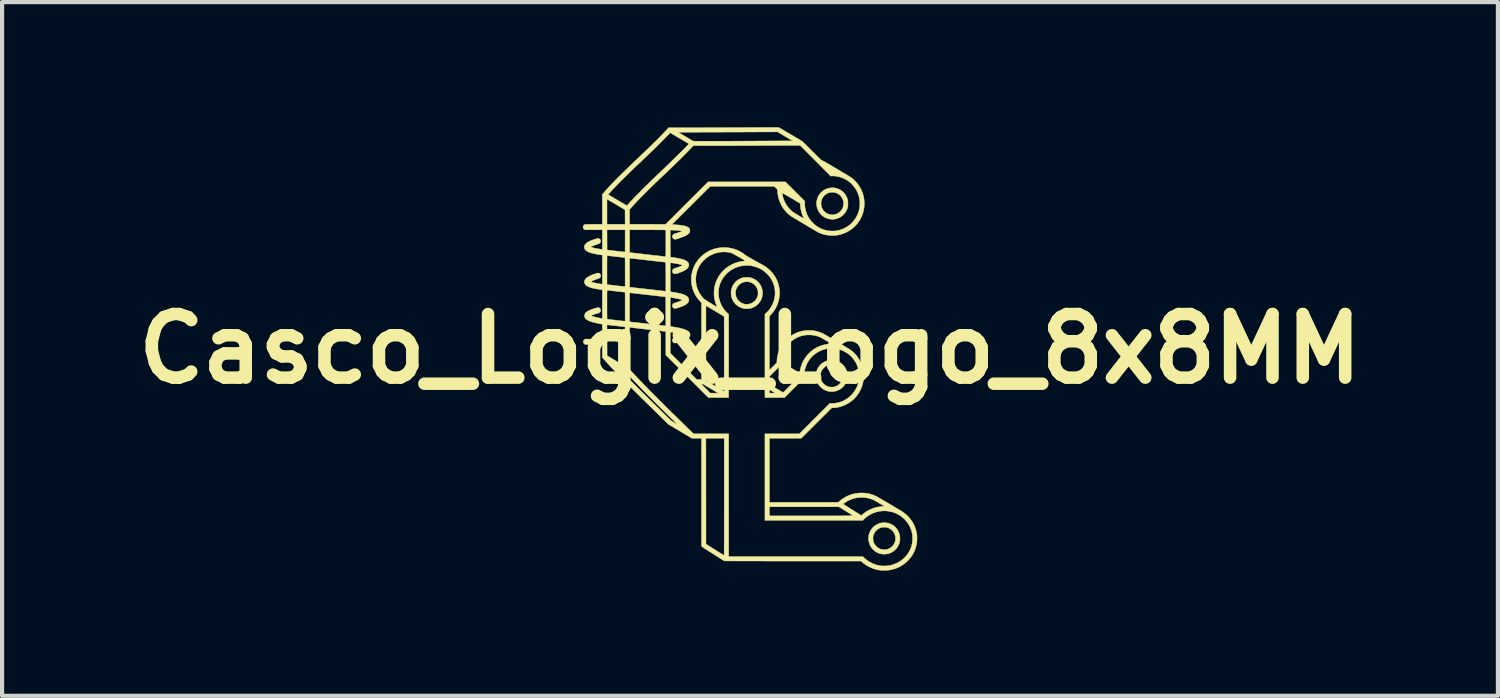
<source format=kicad_pcb>
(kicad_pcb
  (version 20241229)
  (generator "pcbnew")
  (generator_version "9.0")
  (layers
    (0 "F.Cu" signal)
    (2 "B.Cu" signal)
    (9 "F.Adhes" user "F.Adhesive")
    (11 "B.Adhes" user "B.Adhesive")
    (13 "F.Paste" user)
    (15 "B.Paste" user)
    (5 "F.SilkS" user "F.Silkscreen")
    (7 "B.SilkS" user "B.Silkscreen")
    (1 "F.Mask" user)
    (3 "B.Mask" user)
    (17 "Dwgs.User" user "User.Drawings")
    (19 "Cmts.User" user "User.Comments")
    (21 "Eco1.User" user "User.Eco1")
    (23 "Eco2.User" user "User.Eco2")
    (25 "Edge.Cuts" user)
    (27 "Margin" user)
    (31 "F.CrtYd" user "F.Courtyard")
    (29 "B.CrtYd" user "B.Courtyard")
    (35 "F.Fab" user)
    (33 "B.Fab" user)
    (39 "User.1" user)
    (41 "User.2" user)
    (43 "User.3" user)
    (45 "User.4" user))
  (footprint "Casco_Logix_Logo_8x8MM"
    (layer "F.Cu")
    (at 14.921 5.309)
    (property "Reference" "Casco_Logix_Logo_8x8MM" (at 0 0 0) (layer "F.SilkS") (effects (font (size 1.524 1.524) (thickness 0.3))))
    (attr through_hole)
    (fp_poly (pts (xy -3.827 -0.235) (xy -3.794 -0.235) (xy -3.775 -0.235) (xy -3.616 -0.234) (xy -3.602 -0.223) (xy -3.587 -0.207) (xy -3.578 -0.189) (xy -3.575 -0.168) (xy -3.579 -0.147) (xy -3.58 -0.145) (xy -3.589 -0.129) (xy -3.6 -0.118) (xy -3.613 -0.11) (xy -3.617 -0.108) (xy -3.622 -0.107) (xy -3.628 -0.106) (xy -3.636 -0.105) (xy -3.648 -0.104) (xy -3.662 -0.104) (xy -3.682 -0.104) (xy -3.706 -0.103) (xy -3.735 -0.103) (xy -3.772 -0.103) (xy -3.784 -0.103) (xy -3.823 -0.103) (xy -3.854 -0.103) (xy -3.88 -0.103) (xy -3.9 -0.104) (xy -3.916 -0.104) (xy -3.929 -0.105) (xy -3.938 -0.106) (xy -3.945 -0.107) (xy -3.95 -0.108) (xy -3.954 -0.109) (xy -3.956 -0.11) (xy -3.973 -0.122) (xy -3.985 -0.138) (xy -3.993 -0.157) (xy -3.994 -0.178) (xy -3.991 -0.193) (xy -3.984 -0.205) (xy -3.972 -0.218) (xy -3.959 -0.228) (xy -3.946 -0.234) (xy -3.946 -0.234) (xy -3.939 -0.234) (xy -3.927 -0.235) (xy -3.908 -0.235) (xy -3.885 -0.235) (xy -3.857 -0.235) (xy -3.827 -0.235)) (stroke (width 0.01) (type solid)) (fill yes) (layer "F.SilkS"))
    (fp_poly (pts (xy 2.039 -3.855) (xy 2.087 -3.843) (xy 2.134 -3.824) (xy 2.179 -3.799) (xy 2.18 -3.798) (xy 2.222 -3.765) (xy 2.259 -3.728) (xy 2.29 -3.686) (xy 2.315 -3.639) (xy 2.335 -3.588) (xy 2.336 -3.584) (xy 2.34 -3.571) (xy 2.343 -3.561) (xy 2.344 -3.55) (xy 2.346 -3.538) (xy 2.346 -3.523) (xy 2.346 -3.503) (xy 2.346 -3.482) (xy 2.346 -3.458) (xy 2.346 -3.439) (xy 2.345 -3.424) (xy 2.344 -3.413) (xy 2.342 -3.402) (xy 2.339 -3.391) (xy 2.336 -3.382) (xy 2.317 -3.33) (xy 2.292 -3.283) (xy 2.261 -3.241) (xy 2.226 -3.203) (xy 2.185 -3.171) (xy 2.139 -3.144) (xy 2.13 -3.14) (xy 2.092 -3.125) (xy 2.051 -3.113) (xy 2.009 -3.106) (xy 1.969 -3.104) (xy 1.942 -3.106) (xy 1.887 -3.115) (xy 1.835 -3.131) (xy 1.788 -3.153) (xy 1.745 -3.18) (xy 1.706 -3.214) (xy 1.697 -3.223) (xy 1.664 -3.263) (xy 1.638 -3.307) (xy 1.617 -3.353) (xy 1.603 -3.4) (xy 1.596 -3.448) (xy 1.594 -3.494) (xy 1.701 -3.494) (xy 1.703 -3.451) (xy 1.711 -3.41) (xy 1.725 -3.371) (xy 1.746 -3.335) (xy 1.771 -3.302) (xy 1.801 -3.273) (xy 1.836 -3.248) (xy 1.875 -3.23) (xy 1.889 -3.225) (xy 1.932 -3.215) (xy 1.976 -3.212) (xy 2.021 -3.217) (xy 2.043 -3.221) (xy 2.081 -3.235) (xy 2.116 -3.254) (xy 2.15 -3.28) (xy 2.161 -3.291) (xy 2.189 -3.323) (xy 2.211 -3.356) (xy 2.227 -3.391) (xy 2.237 -3.428) (xy 2.241 -3.47) (xy 2.241 -3.506) (xy 2.237 -3.538) (xy 2.228 -3.569) (xy 2.214 -3.602) (xy 2.214 -3.602) (xy 2.193 -3.638) (xy 2.166 -3.67) (xy 2.135 -3.698) (xy 2.099 -3.721) (xy 2.063 -3.738) (xy 2.02 -3.749) (xy 1.978 -3.753) (xy 1.937 -3.751) (xy 1.896 -3.743) (xy 1.858 -3.728) (xy 1.823 -3.709) (xy 1.79 -3.684) (xy 1.762 -3.654) (xy 1.738 -3.62) (xy 1.72 -3.581) (xy 1.707 -3.54) (xy 1.707 -3.537) (xy 1.701 -3.494) (xy 1.594 -3.494) (xy 1.594 -3.497) (xy 1.599 -3.546) (xy 1.611 -3.593) (xy 1.628 -3.639) (xy 1.652 -3.683) (xy 1.682 -3.725) (xy 1.714 -3.758) (xy 1.754 -3.791) (xy 1.797 -3.817) (xy 1.843 -3.838) (xy 1.891 -3.851) (xy 1.94 -3.859) (xy 1.989 -3.86) (xy 2.039 -3.855)) (stroke (width 0.01) (type solid)) (fill yes) (layer "F.SilkS"))
    (fp_poly (pts (xy -0.052 -1.713) (xy -0.033 -1.713) (xy -0.018 -1.712) (xy -0.005 -1.71) (xy 0.007 -1.708) (xy 0.018 -1.705) (xy 0.068 -1.688) (xy 0.114 -1.665) (xy 0.156 -1.635) (xy 0.181 -1.613) (xy 0.209 -1.584) (xy 0.231 -1.557) (xy 0.25 -1.527) (xy 0.26 -1.508) (xy 0.28 -1.461) (xy 0.293 -1.412) (xy 0.3 -1.363) (xy 0.3 -1.314) (xy 0.293 -1.266) (xy 0.281 -1.219) (xy 0.263 -1.175) (xy 0.239 -1.133) (xy 0.21 -1.094) (xy 0.176 -1.059) (xy 0.137 -1.028) (xy 0.094 -1.002) (xy 0.046 -0.982) (xy 0.042 -0.98) (xy 0.003 -0.97) (xy -0.04 -0.963) (xy -0.084 -0.961) (xy -0.126 -0.964) (xy -0.134 -0.965) (xy -0.179 -0.974) (xy -0.223 -0.99) (xy -0.266 -1.012) (xy -0.306 -1.038) (xy -0.341 -1.068) (xy -0.349 -1.077) (xy -0.383 -1.117) (xy -0.41 -1.16) (xy -0.431 -1.206) (xy -0.445 -1.253) (xy -0.453 -1.301) (xy -0.455 -1.347) (xy -0.348 -1.347) (xy -0.346 -1.305) (xy -0.338 -1.264) (xy -0.323 -1.224) (xy -0.301 -1.187) (xy -0.288 -1.168) (xy -0.259 -1.139) (xy -0.226 -1.113) (xy -0.188 -1.092) (xy -0.148 -1.077) (xy -0.122 -1.071) (xy -0.103 -1.069) (xy -0.079 -1.069) (xy -0.053 -1.07) (xy -0.029 -1.073) (xy -0.007 -1.077) (xy -0.002 -1.079) (xy 0.041 -1.096) (xy 0.079 -1.118) (xy 0.113 -1.146) (xy 0.141 -1.179) (xy 0.164 -1.217) (xy 0.166 -1.22) (xy 0.179 -1.252) (xy 0.188 -1.283) (xy 0.192 -1.317) (xy 0.193 -1.34) (xy 0.189 -1.384) (xy 0.18 -1.424) (xy 0.164 -1.462) (xy 0.141 -1.497) (xy 0.112 -1.53) (xy 0.097 -1.545) (xy 0.084 -1.557) (xy 0.072 -1.565) (xy 0.058 -1.573) (xy 0.044 -1.58) (xy 0.015 -1.593) (xy -0.012 -1.602) (xy -0.038 -1.607) (xy -0.068 -1.609) (xy -0.078 -1.609) (xy -0.122 -1.605) (xy -0.164 -1.596) (xy -0.202 -1.579) (xy -0.238 -1.556) (xy -0.262 -1.536) (xy -0.292 -1.503) (xy -0.315 -1.467) (xy -0.333 -1.428) (xy -0.344 -1.388) (xy -0.348 -1.347) (xy -0.455 -1.347) (xy -0.455 -1.35) (xy -0.451 -1.399) (xy -0.44 -1.446) (xy -0.423 -1.493) (xy -0.4 -1.537) (xy -0.37 -1.578) (xy -0.345 -1.605) (xy -0.316 -1.632) (xy -0.286 -1.654) (xy -0.252 -1.674) (xy -0.239 -1.68) (xy -0.213 -1.692) (xy -0.189 -1.701) (xy -0.167 -1.707) (xy -0.143 -1.711) (xy -0.117 -1.713) (xy -0.085 -1.714) (xy -0.077 -1.714) (xy -0.052 -1.713)) (stroke (width 0.01) (type solid)) (fill yes) (layer "F.SilkS"))
    (fp_poly (pts (xy 3.23 4.166) (xy 3.261 4.167) (xy 3.288 4.171) (xy 3.303 4.174) (xy 3.354 4.19) (xy 3.402 4.212) (xy 3.445 4.241) (xy 3.484 4.275) (xy 3.51 4.305) (xy 3.541 4.348) (xy 3.564 4.394) (xy 3.58 4.442) (xy 3.59 4.492) (xy 3.593 4.543) (xy 3.59 4.596) (xy 3.579 4.647) (xy 3.562 4.695) (xy 3.538 4.74) (xy 3.508 4.782) (xy 3.48 4.812) (xy 3.439 4.847) (xy 3.395 4.875) (xy 3.348 4.896) (xy 3.298 4.911) (xy 3.247 4.918) (xy 3.194 4.919) (xy 3.178 4.918) (xy 3.127 4.909) (xy 3.079 4.894) (xy 3.034 4.873) (xy 2.993 4.847) (xy 2.955 4.815) (xy 2.922 4.778) (xy 2.894 4.738) (xy 2.871 4.694) (xy 2.854 4.646) (xy 2.843 4.596) (xy 2.839 4.561) (xy 2.839 4.547) (xy 2.947 4.547) (xy 2.948 4.572) (xy 2.951 4.594) (xy 2.953 4.609) (xy 2.968 4.651) (xy 2.99 4.689) (xy 3.017 4.724) (xy 3.049 4.755) (xy 3.085 4.779) (xy 3.118 4.794) (xy 3.155 4.805) (xy 3.194 4.811) (xy 3.233 4.811) (xy 3.271 4.807) (xy 3.302 4.799) (xy 3.335 4.785) (xy 3.365 4.768) (xy 3.393 4.746) (xy 3.409 4.731) (xy 3.424 4.714) (xy 3.436 4.701) (xy 3.445 4.687) (xy 3.454 4.671) (xy 3.457 4.664) (xy 3.47 4.635) (xy 3.479 4.608) (xy 3.484 4.581) (xy 3.486 4.552) (xy 3.486 4.542) (xy 3.484 4.502) (xy 3.476 4.467) (xy 3.464 4.432) (xy 3.457 4.418) (xy 3.433 4.38) (xy 3.404 4.347) (xy 3.37 4.319) (xy 3.334 4.298) (xy 3.306 4.286) (xy 3.281 4.278) (xy 3.254 4.274) (xy 3.224 4.272) (xy 3.217 4.272) (xy 3.188 4.273) (xy 3.163 4.276) (xy 3.14 4.282) (xy 3.116 4.291) (xy 3.092 4.302) (xy 3.075 4.311) (xy 3.06 4.32) (xy 3.047 4.331) (xy 3.032 4.344) (xy 3.025 4.351) (xy 3.011 4.366) (xy 2.999 4.379) (xy 2.991 4.392) (xy 2.982 4.407) (xy 2.975 4.421) (xy 2.967 4.439) (xy 2.96 4.457) (xy 2.954 4.472) (xy 2.952 4.48) (xy 2.949 4.498) (xy 2.947 4.521) (xy 2.947 4.547) (xy 2.839 4.547) (xy 2.84 4.509) (xy 2.848 4.459) (xy 2.862 4.412) (xy 2.882 4.367) (xy 2.907 4.325) (xy 2.938 4.286) (xy 2.974 4.252) (xy 3.015 4.223) (xy 3.059 4.199) (xy 3.107 4.18) (xy 3.146 4.17) (xy 3.17 4.167) (xy 3.199 4.165) (xy 3.23 4.166)) (stroke (width 0.01) (type solid)) (fill yes) (layer "F.SilkS"))
    (fp_poly (pts (xy 1.985 0.271) (xy 2.013 0.274) (xy 2.038 0.278) (xy 2.044 0.279) (xy 2.091 0.294) (xy 2.132 0.313) (xy 2.17 0.336) (xy 2.206 0.365) (xy 2.215 0.373) (xy 2.252 0.412) (xy 2.281 0.454) (xy 2.304 0.498) (xy 2.32 0.546) (xy 2.33 0.596) (xy 2.333 0.631) (xy 2.332 0.684) (xy 2.324 0.735) (xy 2.309 0.783) (xy 2.287 0.83) (xy 2.267 0.862) (xy 2.239 0.898) (xy 2.205 0.931) (xy 2.168 0.96) (xy 2.127 0.984) (xy 2.085 1.003) (xy 2.041 1.016) (xy 1.999 1.022) (xy 1.984 1.023) (xy 1.971 1.024) (xy 1.962 1.025) (xy 1.962 1.025) (xy 1.954 1.025) (xy 1.941 1.024) (xy 1.926 1.023) (xy 1.92 1.023) (xy 1.87 1.015) (xy 1.821 1) (xy 1.775 0.978) (xy 1.732 0.95) (xy 1.692 0.916) (xy 1.689 0.913) (xy 1.655 0.874) (xy 1.627 0.833) (xy 1.605 0.788) (xy 1.589 0.741) (xy 1.586 0.729) (xy 1.584 0.718) (xy 1.583 0.705) (xy 1.582 0.69) (xy 1.582 0.67) (xy 1.582 0.658) (xy 1.687 0.658) (xy 1.687 0.66) (xy 1.692 0.705) (xy 1.704 0.747) (xy 1.723 0.785) (xy 1.747 0.819) (xy 1.777 0.85) (xy 1.811 0.876) (xy 1.851 0.896) (xy 1.894 0.911) (xy 1.913 0.914) (xy 1.936 0.916) (xy 1.962 0.916) (xy 1.988 0.915) (xy 2.012 0.912) (xy 2.023 0.909) (xy 2.064 0.895) (xy 2.102 0.875) (xy 2.136 0.85) (xy 2.165 0.82) (xy 2.189 0.785) (xy 2.207 0.747) (xy 2.22 0.707) (xy 2.226 0.664) (xy 2.226 0.631) (xy 2.221 0.588) (xy 2.208 0.547) (xy 2.189 0.509) (xy 2.163 0.473) (xy 2.154 0.463) (xy 2.121 0.433) (xy 2.084 0.409) (xy 2.045 0.391) (xy 2.004 0.38) (xy 1.961 0.376) (xy 1.917 0.379) (xy 1.874 0.389) (xy 1.865 0.392) (xy 1.84 0.402) (xy 1.818 0.414) (xy 1.796 0.43) (xy 1.773 0.45) (xy 1.765 0.459) (xy 1.749 0.474) (xy 1.738 0.487) (xy 1.729 0.499) (xy 1.721 0.513) (xy 1.714 0.527) (xy 1.7 0.56) (xy 1.691 0.591) (xy 1.687 0.623) (xy 1.687 0.658) (xy 1.582 0.658) (xy 1.581 0.646) (xy 1.582 0.622) (xy 1.582 0.603) (xy 1.583 0.589) (xy 1.584 0.577) (xy 1.586 0.566) (xy 1.589 0.555) (xy 1.592 0.547) (xy 1.611 0.495) (xy 1.636 0.448) (xy 1.666 0.406) (xy 1.701 0.368) (xy 1.742 0.336) (xy 1.786 0.31) (xy 1.835 0.289) (xy 1.87 0.279) (xy 1.894 0.274) (xy 1.923 0.272) (xy 1.954 0.271) (xy 1.985 0.271)) (stroke (width 0.01) (type solid)) (fill yes) (layer "F.SilkS"))
    (fp_poly (pts (xy 0.509 -5.304) (xy 0.543 -5.304) (xy 0.572 -5.304) (xy 0.597 -5.304) (xy 0.619 -5.304) (xy 0.638 -5.303) (xy 0.653 -5.303) (xy 0.665 -5.303) (xy 0.675 -5.302) (xy 0.683 -5.302) (xy 0.689 -5.302) (xy 0.693 -5.301) (xy 0.695 -5.3) (xy 0.696 -5.3) (xy 0.701 -5.297) (xy 0.712 -5.291) (xy 0.728 -5.282) (xy 0.749 -5.27) (xy 0.775 -5.255) (xy 0.804 -5.238) (xy 0.837 -5.218) (xy 0.872 -5.197) (xy 0.91 -5.175) (xy 0.95 -5.151) (xy 0.973 -5.138) (xy 1.014 -5.114) (xy 1.052 -5.091) (xy 1.089 -5.069) (xy 1.122 -5.05) (xy 1.153 -5.032) (xy 1.179 -5.016) (xy 1.202 -5.003) (xy 1.22 -4.993) (xy 1.233 -4.985) (xy 1.24 -4.981) (xy 1.242 -4.981) (xy 1.245 -4.978) (xy 1.253 -4.971) (xy 1.265 -4.959) (xy 1.282 -4.943) (xy 1.302 -4.923) (xy 1.325 -4.9) (xy 1.352 -4.874) (xy 1.381 -4.845) (xy 1.412 -4.814) (xy 1.445 -4.782) (xy 1.478 -4.749) (xy 1.512 -4.714) (xy 1.545 -4.682) (xy 1.576 -4.651) (xy 1.605 -4.622) (xy 1.632 -4.596) (xy 1.655 -4.573) (xy 1.675 -4.554) (xy 1.692 -4.538) (xy 1.704 -4.526) (xy 1.712 -4.519) (xy 1.715 -4.517) (xy 1.72 -4.516) (xy 1.728 -4.512) (xy 1.741 -4.507) (xy 1.757 -4.499) (xy 1.777 -4.488) (xy 1.802 -4.474) (xy 1.831 -4.457) (xy 1.866 -4.437) (xy 1.906 -4.414) (xy 1.951 -4.388) (xy 2.002 -4.357) (xy 2.043 -4.333) (xy 2.084 -4.309) (xy 2.124 -4.285) (xy 2.163 -4.261) (xy 2.2 -4.239) (xy 2.235 -4.219) (xy 2.266 -4.201) (xy 2.293 -4.184) (xy 2.316 -4.171) (xy 2.334 -4.16) (xy 2.347 -4.153) (xy 2.349 -4.151) (xy 2.393 -4.124) (xy 2.431 -4.097) (xy 2.466 -4.069) (xy 2.499 -4.04) (xy 2.551 -3.986) (xy 2.597 -3.928) (xy 2.636 -3.866) (xy 2.67 -3.802) (xy 2.697 -3.735) (xy 2.717 -3.666) (xy 2.731 -3.595) (xy 2.738 -3.523) (xy 2.738 -3.45) (xy 2.732 -3.377) (xy 2.718 -3.304) (xy 2.7 -3.239) (xy 2.673 -3.171) (xy 2.64 -3.105) (xy 2.601 -3.044) (xy 2.557 -2.986) (xy 2.507 -2.933) (xy 2.453 -2.885) (xy 2.395 -2.842) (xy 2.332 -2.805) (xy 2.266 -2.774) (xy 2.197 -2.749) (xy 2.147 -2.736) (xy 2.081 -2.723) (xy 2.013 -2.717) (xy 1.944 -2.717) (xy 1.875 -2.722) (xy 1.808 -2.733) (xy 1.763 -2.745) (xy 1.719 -2.758) (xy 1.679 -2.773) (xy 1.641 -2.79) (xy 1.601 -2.811) (xy 1.559 -2.836) (xy 1.552 -2.84) (xy 1.543 -2.846) (xy 1.528 -2.855) (xy 1.508 -2.867) (xy 1.483 -2.881) (xy 1.455 -2.898) (xy 1.423 -2.918) (xy 1.387 -2.938) (xy 1.35 -2.961) (xy 1.31 -2.984) (xy 1.27 -3.008) (xy 1.255 -3.017) (xy 1.214 -3.041) (xy 1.175 -3.065) (xy 1.136 -3.088) (xy 1.101 -3.109) (xy 1.068 -3.129) (xy 1.038 -3.147) (xy 1.013 -3.163) (xy 0.991 -3.176) (xy 0.975 -3.187) (xy 0.965 -3.194) (xy 0.963 -3.195) (xy 0.906 -3.243) (xy 0.855 -3.295) (xy 0.808 -3.352) (xy 0.768 -3.413) (xy 0.734 -3.478) (xy 0.705 -3.546) (xy 0.683 -3.617) (xy 0.674 -3.66) (xy 0.67 -3.685) (xy 0.666 -3.712) (xy 0.663 -3.734) (xy 0.77 -3.734) (xy 0.771 -3.724) (xy 0.774 -3.71) (xy 0.777 -3.693) (xy 0.78 -3.675) (xy 0.784 -3.656) (xy 0.788 -3.64) (xy 0.788 -3.639) (xy 0.808 -3.576) (xy 0.835 -3.514) (xy 0.868 -3.456) (xy 0.907 -3.4) (xy 0.951 -3.349) (xy 1 -3.302) (xy 1.032 -3.277) (xy 1.038 -3.272) (xy 1.05 -3.265) (xy 1.066 -3.255) (xy 1.085 -3.243) (xy 1.107 -3.229) (xy 1.131 -3.215) (xy 1.156 -3.2) (xy 1.181 -3.185) (xy 1.205 -3.17) (xy 1.228 -3.157) (xy 1.248 -3.145) (xy 1.265 -3.135) (xy 1.278 -3.127) (xy 1.287 -3.123) (xy 1.289 -3.122) (xy 1.292 -3.123) (xy 1.292 -3.123) (xy 1.291 -3.127) (xy 1.287 -3.136) (xy 1.281 -3.148) (xy 1.276 -3.159) (xy 1.257 -3.203) (xy 1.241 -3.251) (xy 1.227 -3.301) (xy 1.216 -3.352) (xy 1.208 -3.402) (xy 1.204 -3.448) (xy 1.204 -3.466) (xy 1.204 -3.485) (xy 0.988 -3.613) (xy 0.952 -3.634) (xy 0.917 -3.655) (xy 0.885 -3.673) (xy 0.856 -3.69) (xy 0.83 -3.705) (xy 0.808 -3.718) (xy 0.791 -3.728) (xy 0.779 -3.735) (xy 0.772 -3.738) (xy 0.771 -3.739) (xy 0.77 -3.734) (xy 0.663 -3.734) (xy 0.663 -3.741) (xy 0.66 -3.768) (xy 0.659 -3.79) (xy 0.659 -3.797) (xy 0.659 -3.816) (xy 0.619 -3.855) (xy 0.58 -3.895) (xy -0.188 -3.894) (xy -0.955 -3.894) (xy -1.414 -3.437) (xy -1.873 -2.98) (xy -1.797 -2.975) (xy -1.746 -2.971) (xy -1.697 -2.967) (xy -1.652 -2.961) (xy -1.611 -2.955) (xy -1.577 -2.949) (xy -1.569 -2.947) (xy -1.53 -2.935) (xy -1.498 -2.921) (xy -1.473 -2.905) (xy -1.455 -2.886) (xy -1.444 -2.864) (xy -1.44 -2.84) (xy -1.44 -2.828) (xy -1.444 -2.805) (xy -1.453 -2.784) (xy -1.469 -2.765) (xy -1.473 -2.76) (xy -1.492 -2.744) (xy -1.514 -2.729) (xy -1.541 -2.714) (xy -1.574 -2.699) (xy -1.612 -2.683) (xy -1.657 -2.666) (xy -1.693 -2.654) (xy -1.722 -2.644) (xy -1.745 -2.637) (xy -1.763 -2.632) (xy -1.777 -2.628) (xy -1.787 -2.626) (xy -1.796 -2.626) (xy -1.803 -2.626) (xy -1.81 -2.628) (xy -1.813 -2.628) (xy -1.831 -2.637) (xy -1.845 -2.651) (xy -1.856 -2.668) (xy -1.861 -2.687) (xy -1.861 -2.704) (xy -1.854 -2.72) (xy -1.843 -2.736) (xy -1.83 -2.747) (xy -1.824 -2.751) (xy -1.815 -2.754) (xy -1.801 -2.759) (xy -1.783 -2.764) (xy -1.764 -2.771) (xy -1.754 -2.774) (xy -1.731 -2.781) (xy -1.707 -2.79) (xy -1.683 -2.798) (xy -1.664 -2.805) (xy -1.661 -2.806) (xy -1.644 -2.813) (xy -1.634 -2.817) (xy -1.629 -2.82) (xy -1.628 -2.823) (xy -1.631 -2.824) (xy -1.641 -2.826) (xy -1.657 -2.829) (xy -1.678 -2.831) (xy -1.703 -2.834) (xy -1.73 -2.837) (xy -1.758 -2.839) (xy -1.786 -2.841) (xy -1.798 -2.842) (xy -1.822 -2.843) (xy -1.844 -2.844) (xy -1.864 -2.846) (xy -1.88 -2.847) (xy -1.888 -2.847) (xy -1.911 -2.848) (xy -1.911 -2.523) (xy -1.91 -2.461) (xy -1.91 -2.405) (xy -1.91 -2.356) (xy -1.91 -2.313) (xy -1.91 -2.276) (xy -1.909 -2.247) (xy -1.909 -2.224) (xy -1.908 -2.208) (xy -1.907 -2.199) (xy -1.907 -2.198) (xy -1.899 -2.197) (xy -1.885 -2.195) (xy -1.866 -2.193) (xy -1.843 -2.19) (xy -1.818 -2.186) (xy -1.793 -2.182) (xy -1.767 -2.178) (xy -1.743 -2.174) (xy -1.721 -2.17) (xy -1.703 -2.167) (xy -1.703 -2.166) (xy -1.649 -2.154) (xy -1.603 -2.141) (xy -1.564 -2.126) (xy -1.532 -2.11) (xy -1.506 -2.092) (xy -1.486 -2.073) (xy -1.473 -2.051) (xy -1.466 -2.028) (xy -1.465 -2.012) (xy -1.467 -1.987) (xy -1.475 -1.964) (xy -1.489 -1.942) (xy -1.509 -1.92) (xy -1.535 -1.9) (xy -1.568 -1.88) (xy -1.608 -1.86) (xy -1.652 -1.841) (xy -1.675 -1.832) (xy -1.699 -1.824) (xy -1.723 -1.816) (xy -1.746 -1.808) (xy -1.766 -1.803) (xy -1.782 -1.798) (xy -1.794 -1.797) (xy -1.796 -1.796) (xy -1.816 -1.8) (xy -1.834 -1.809) (xy -1.848 -1.823) (xy -1.857 -1.84) (xy -1.861 -1.86) (xy -1.859 -1.88) (xy -1.854 -1.892) (xy -1.848 -1.902) (xy -1.839 -1.911) (xy -1.827 -1.919) (xy -1.809 -1.927) (xy -1.786 -1.935) (xy -1.776 -1.938) (xy -1.744 -1.949) (xy -1.713 -1.96) (xy -1.683 -1.972) (xy -1.657 -1.983) (xy -1.637 -1.993) (xy -1.632 -1.996) (xy -1.616 -2.005) (xy -1.632 -2.011) (xy -1.652 -2.018) (xy -1.678 -2.025) (xy -1.708 -2.032) (xy -1.742 -2.039) (xy -1.778 -2.046) (xy -1.816 -2.052) (xy -1.852 -2.057) (xy -1.861 -2.058) (xy -1.877 -2.06) (xy -1.89 -2.062) (xy -1.9 -2.063) (xy -1.902 -2.064) (xy -1.911 -2.065) (xy -1.911 -1.367) (xy -1.851 -1.359) (xy -1.814 -1.353) (xy -1.775 -1.347) (xy -1.736 -1.339) (xy -1.699 -1.332) (xy -1.665 -1.324) (xy -1.636 -1.317) (xy -1.627 -1.314) (xy -1.583 -1.299) (xy -1.547 -1.282) (xy -1.516 -1.264) (xy -1.493 -1.243) (xy -1.477 -1.221) (xy -1.467 -1.197) (xy -1.465 -1.177) (xy -1.467 -1.153) (xy -1.474 -1.13) (xy -1.487 -1.109) (xy -1.505 -1.089) (xy -1.529 -1.07) (xy -1.559 -1.051) (xy -1.596 -1.032) (xy -1.64 -1.014) (xy -1.69 -0.996) (xy -1.698 -0.993) (xy -1.722 -0.985) (xy -1.741 -0.979) (xy -1.756 -0.975) (xy -1.769 -0.972) (xy -1.779 -0.971) (xy -1.79 -0.97) (xy -1.793 -0.97) (xy -1.808 -0.97) (xy -1.818 -0.972) (xy -1.826 -0.974) (xy -1.833 -0.979) (xy -1.834 -0.98) (xy -1.85 -0.996) (xy -1.859 -1.015) (xy -1.861 -1.034) (xy -1.857 -1.054) (xy -1.847 -1.073) (xy -1.841 -1.079) (xy -1.83 -1.088) (xy -1.817 -1.095) (xy -1.8 -1.1) (xy -1.773 -1.109) (xy -1.745 -1.118) (xy -1.716 -1.128) (xy -1.69 -1.137) (xy -1.667 -1.146) (xy -1.649 -1.154) (xy -1.645 -1.156) (xy -1.618 -1.17) (xy -1.633 -1.176) (xy -1.65 -1.182) (xy -1.673 -1.189) (xy -1.703 -1.196) (xy -1.737 -1.204) (xy -1.775 -1.211) (xy -1.817 -1.219) (xy -1.861 -1.226) (xy -1.897 -1.232) (xy -1.911 -1.234) (xy -1.911 -0.538) (xy -1.899 -0.536) (xy -1.857 -0.529) (xy -1.821 -0.523) (xy -1.792 -0.518) (xy -1.767 -0.514) (xy -1.746 -0.51) (xy -1.729 -0.507) (xy -1.714 -0.504) (xy -1.702 -0.502) (xy -1.69 -0.499) (xy -1.687 -0.498) (xy -1.632 -0.485) (xy -1.584 -0.471) (xy -1.544 -0.455) (xy -1.51 -0.439) (xy -1.483 -0.421) (xy -1.462 -0.402) (xy -1.447 -0.382) (xy -1.438 -0.36) (xy -1.436 -0.336) (xy -1.438 -0.317) (xy -1.445 -0.297) (xy -1.455 -0.279) (xy -1.461 -0.27) (xy -1.484 -0.249) (xy -1.515 -0.229) (xy -1.552 -0.21) (xy -1.595 -0.191) (xy -1.646 -0.174) (xy -1.703 -0.158) (xy -1.754 -0.146) (xy -1.778 -0.141) (xy -1.796 -0.139) (xy -1.811 -0.14) (xy -1.823 -0.144) (xy -1.834 -0.151) (xy -1.841 -0.158) (xy -1.854 -0.175) (xy -1.86 -0.195) (xy -1.86 -0.215) (xy -1.854 -0.234) (xy -1.841 -0.251) (xy -1.837 -0.255) (xy -1.83 -0.26) (xy -1.817 -0.265) (xy -1.799 -0.27) (xy -1.775 -0.277) (xy -1.772 -0.278) (xy -1.723 -0.29) (xy -1.681 -0.302) (xy -1.646 -0.314) (xy -1.621 -0.324) (xy -1.596 -0.334) (xy -1.607 -0.339) (xy -1.619 -0.343) (xy -1.636 -0.348) (xy -1.658 -0.354) (xy -1.68 -0.36) (xy -1.703 -0.366) (xy -1.723 -0.371) (xy -1.728 -0.372) (xy -1.742 -0.374) (xy -1.761 -0.378) (xy -1.782 -0.382) (xy -1.805 -0.386) (xy -1.829 -0.39) (xy -1.851 -0.394) (xy -1.871 -0.397) (xy -1.887 -0.399) (xy -1.899 -0.401) (xy -1.904 -0.401) (xy -1.905 -0.401) (xy -1.906 -0.4) (xy -1.907 -0.397) (xy -1.908 -0.393) (xy -1.909 -0.386) (xy -1.909 -0.376) (xy -1.91 -0.363) (xy -1.91 -0.346) (xy -1.91 -0.325) (xy -1.91 -0.298) (xy -1.91 -0.266) (xy -1.91 -0.228) (xy -1.911 -0.184) (xy -1.911 -0.149) (xy -1.911 0.102) (xy -1.277 0.734) (xy -1.22 0.735) (xy -1.163 0.736) (xy -1.163 -0.149) (xy -1.056 -0.149) (xy -1.056 0.76) (xy -0.838 0.89) (xy -0.62 1.019) (xy -0.619 0.122) (xy -0.619 0.042) (xy -0.619 -0.037) (xy -0.619 -0.114) (xy -0.619 -0.188) (xy -0.619 -0.259) (xy -0.619 -0.327) (xy -0.619 -0.391) (xy -0.619 -0.452) (xy -0.619 -0.508) (xy -0.62 -0.56) (xy -0.62 -0.607) (xy -0.62 -0.649) (xy -0.62 -0.686) (xy -0.62 -0.717) (xy -0.62 -0.742) (xy -0.621 -0.76) (xy -0.621 -0.772) (xy -0.621 -0.777) (xy -0.621 -0.777) (xy -0.625 -0.779) (xy -0.634 -0.785) (xy -0.648 -0.794) (xy -0.667 -0.805) (xy -0.69 -0.818) (xy -0.715 -0.834) (xy -0.743 -0.85) (xy -0.774 -0.868) (xy -0.805 -0.887) (xy -0.837 -0.906) (xy -0.869 -0.925) (xy -0.9 -0.944) (xy -0.931 -0.962) (xy -0.959 -0.978) (xy -0.985 -0.994) (xy -1.008 -1.007) (xy -1.027 -1.018) (xy -1.041 -1.027) (xy -1.051 -1.032) (xy -1.055 -1.034) (xy -1.055 -1.034) (xy -1.055 -1.031) (xy -1.055 -1.02) (xy -1.055 -1.003) (xy -1.055 -0.979) (xy -1.056 -0.949) (xy -1.056 -0.913) (xy -1.056 -0.872) (xy -1.056 -0.826) (xy -1.056 -0.775) (xy -1.056 -0.719) (xy -1.056 -0.659) (xy -1.056 -0.595) (xy -1.056 -0.528) (xy -1.056 -0.457) (xy -1.056 -0.384) (xy -1.056 -0.308) (xy -1.056 -0.229) (xy -1.056 -0.149) (xy -1.163 -0.149) (xy -1.163 -1.106) (xy -1.186 -1.128) (xy -1.197 -1.14) (xy -1.211 -1.156) (xy -1.226 -1.173) (xy -1.238 -1.187) (xy -1.282 -1.247) (xy -1.319 -1.31) (xy -1.351 -1.376) (xy -1.375 -1.445) (xy -1.393 -1.515) (xy -1.404 -1.587) (xy -1.407 -1.639) (xy -1.3 -1.639) (xy -1.294 -1.573) (xy -1.282 -1.508) (xy -1.262 -1.445) (xy -1.237 -1.385) (xy -1.214 -1.34) (xy -1.189 -1.3) (xy -1.16 -1.261) (xy -1.148 -1.246) (xy -1.136 -1.232) (xy -1.125 -1.219) (xy -1.114 -1.208) (xy -1.102 -1.197) (xy -1.089 -1.186) (xy -1.074 -1.175) (xy -1.057 -1.163) (xy -1.036 -1.149) (xy -1.011 -1.134) (xy -0.981 -1.116) (xy -0.946 -1.095) (xy -0.931 -1.086) (xy -0.897 -1.065) (xy -0.868 -1.048) (xy -0.844 -1.034) (xy -0.826 -1.023) (xy -0.811 -1.015) (xy -0.8 -1.009) (xy -0.793 -1.005) (xy -0.788 -1.003) (xy -0.785 -1.002) (xy -0.784 -1.002) (xy -0.784 -1.003) (xy -0.786 -1.006) (xy -0.789 -1.015) (xy -0.795 -1.027) (xy -0.798 -1.035) (xy -0.814 -1.071) (xy -0.828 -1.112) (xy -0.84 -1.155) (xy -0.849 -1.191) (xy -0.86 -1.263) (xy -0.863 -1.335) (xy -0.86 -1.407) (xy -0.851 -1.477) (xy -0.834 -1.546) (xy -0.812 -1.613) (xy -0.783 -1.677) (xy -0.748 -1.739) (xy -0.708 -1.797) (xy -0.662 -1.852) (xy -0.611 -1.902) (xy -0.555 -1.949) (xy -0.494 -1.99) (xy -0.436 -2.022) (xy -0.397 -2.04) (xy -0.358 -2.056) (xy -0.318 -2.07) (xy -0.277 -2.081) (xy -0.231 -2.091) (xy -0.181 -2.099) (xy -0.142 -2.105) (xy -0.12 -2.107) (xy -0.135 -2.123) (xy -0.142 -2.128) (xy -0.152 -2.135) (xy -0.168 -2.145) (xy -0.188 -2.157) (xy -0.214 -2.172) (xy -0.245 -2.19) (xy -0.283 -2.211) (xy -0.297 -2.219) (xy -0.332 -2.238) (xy -0.361 -2.254) (xy -0.385 -2.268) (xy -0.404 -2.278) (xy -0.42 -2.286) (xy -0.433 -2.293) (xy -0.444 -2.297) (xy -0.453 -2.301) (xy -0.461 -2.304) (xy -0.469 -2.306) (xy -0.477 -2.307) (xy -0.479 -2.308) (xy -0.55 -2.319) (xy -0.621 -2.323) (xy -0.692 -2.319) (xy -0.761 -2.309) (xy -0.829 -2.291) (xy -0.895 -2.266) (xy -0.96 -2.235) (xy -1.009 -2.204) (xy -1.038 -2.184) (xy -1.068 -2.158) (xy -1.099 -2.13) (xy -1.129 -2.1) (xy -1.156 -2.07) (xy -1.179 -2.041) (xy -1.183 -2.036) (xy -1.217 -1.981) (xy -1.246 -1.923) (xy -1.269 -1.862) (xy -1.286 -1.799) (xy -1.296 -1.736) (xy -1.299 -1.707) (xy -1.3 -1.639) (xy -1.407 -1.639) (xy -1.408 -1.659) (xy -1.406 -1.714) (xy -1.397 -1.788) (xy -1.381 -1.859) (xy -1.359 -1.929) (xy -1.33 -1.995) (xy -1.295 -2.058) (xy -1.254 -2.118) (xy -1.208 -2.174) (xy -1.156 -2.225) (xy -1.099 -2.272) (xy -1.037 -2.314) (xy -0.973 -2.349) (xy -0.905 -2.378) (xy -0.835 -2.401) (xy -0.763 -2.417) (xy -0.69 -2.426) (xy -0.617 -2.429) (xy -0.545 -2.425) (xy -0.472 -2.415) (xy -0.402 -2.399) (xy -0.333 -2.376) (xy -0.266 -2.346) (xy -0.202 -2.311) (xy -0.142 -2.269) (xy -0.121 -2.253) (xy -0.113 -2.246) (xy -0.102 -2.239) (xy -0.088 -2.23) (xy -0.071 -2.22) (xy -0.051 -2.207) (xy -0.026 -2.193) (xy 0.003 -2.176) (xy 0.038 -2.157) (xy 0.078 -2.134) (xy 0.088 -2.129) (xy 0.123 -2.109) (xy 0.156 -2.091) (xy 0.188 -2.073) (xy 0.218 -2.057) (xy 0.244 -2.043) (xy 0.266 -2.03) (xy 0.284 -2.021) (xy 0.296 -2.014) (xy 0.3 -2.012) (xy 0.36 -1.976) (xy 0.418 -1.935) (xy 0.472 -1.887) (xy 0.522 -1.835) (xy 0.566 -1.779) (xy 0.594 -1.738) (xy 0.631 -1.672) (xy 0.66 -1.604) (xy 0.683 -1.534) (xy 0.698 -1.462) (xy 0.707 -1.389) (xy 0.708 -1.315) (xy 0.707 -1.29) (xy 0.698 -1.217) (xy 0.682 -1.145) (xy 0.66 -1.075) (xy 0.631 -1.008) (xy 0.595 -0.943) (xy 0.553 -0.882) (xy 0.504 -0.824) (xy 0.497 -0.816) (xy 0.464 -0.781) (xy 0.464 0.51) (xy 0.554 0.42) (xy 0.644 0.33) (xy 0.644 0.321) (xy 0.753 0.321) (xy 0.972 0.451) (xy 1.191 0.581) (xy 1.194 0.556) (xy 1.196 0.542) (xy 1.199 0.523) (xy 1.202 0.503) (xy 1.204 0.493) (xy 1.222 0.424) (xy 1.246 0.356) (xy 1.277 0.291) (xy 1.314 0.228) (xy 1.356 0.169) (xy 1.404 0.115) (xy 1.456 0.065) (xy 1.513 0.02) (xy 1.549 -0.004) (xy 1.609 -0.037) (xy 1.672 -0.065) (xy 1.737 -0.088) (xy 1.805 -0.105) (xy 1.878 -0.116) (xy 1.92 -0.121) (xy 1.953 -0.123) (xy 1.835 -0.193) (xy 1.807 -0.209) (xy 1.78 -0.225) (xy 1.754 -0.24) (xy 1.731 -0.253) (xy 1.711 -0.264) (xy 1.696 -0.272) (xy 1.688 -0.277) (xy 1.627 -0.301) (xy 1.564 -0.319) (xy 1.499 -0.33) (xy 1.432 -0.335) (xy 1.365 -0.334) (xy 1.299 -0.326) (xy 1.233 -0.312) (xy 1.204 -0.303) (xy 1.145 -0.28) (xy 1.088 -0.251) (xy 1.033 -0.216) (xy 0.981 -0.177) (xy 0.935 -0.133) (xy 0.917 -0.113) (xy 0.876 -0.062) (xy 0.841 -0.008) (xy 0.811 0.05) (xy 0.787 0.109) (xy 0.769 0.169) (xy 0.758 0.229) (xy 0.753 0.289) (xy 0.753 0.321) (xy 0.644 0.321) (xy 0.644 0.306) (xy 0.646 0.262) (xy 0.652 0.215) (xy 0.661 0.165) (xy 0.673 0.115) (xy 0.688 0.068) (xy 0.703 0.028) (xy 0.737 -0.041) (xy 0.776 -0.105) (xy 0.82 -0.165) (xy 0.869 -0.219) (xy 0.923 -0.268) (xy 0.982 -0.312) (xy 1.044 -0.35) (xy 1.111 -0.382) (xy 1.18 -0.408) (xy 1.253 -0.427) (xy 1.307 -0.436) (xy 1.337 -0.44) (xy 1.371 -0.442) (xy 1.409 -0.442) (xy 1.446 -0.442) (xy 1.481 -0.44) (xy 1.512 -0.437) (xy 1.518 -0.436) (xy 1.575 -0.426) (xy 1.631 -0.411) (xy 1.686 -0.393) (xy 1.736 -0.372) (xy 1.753 -0.364) (xy 1.76 -0.36) (xy 1.772 -0.353) (xy 1.79 -0.343) (xy 1.813 -0.33) (xy 1.84 -0.314) (xy 1.87 -0.296) (xy 1.903 -0.277) (xy 1.939 -0.256) (xy 1.976 -0.234) (xy 2.01 -0.214) (xy 2.05 -0.19) (xy 2.09 -0.166) (xy 2.129 -0.143) (xy 2.166 -0.121) (xy 2.201 -0.1) (xy 2.233 -0.081) (xy 2.262 -0.064) (xy 2.285 -0.05) (xy 2.304 -0.039) (xy 2.313 -0.034) (xy 2.336 -0.02) (xy 2.36 -0.005) (xy 2.382 0.01) (xy 2.402 0.023) (xy 2.417 0.033) (xy 2.418 0.034) (xy 2.439 0.051) (xy 2.463 0.072) (xy 2.489 0.096) (xy 2.513 0.121) (xy 2.536 0.145) (xy 2.555 0.167) (xy 2.565 0.179) (xy 2.608 0.242) (xy 2.644 0.308) (xy 2.674 0.376) (xy 2.697 0.446) (xy 2.713 0.517) (xy 2.722 0.59) (xy 2.724 0.663) (xy 2.718 0.737) (xy 2.706 0.811) (xy 2.686 0.884) (xy 2.683 0.893) (xy 2.657 0.961) (xy 2.624 1.026) (xy 2.585 1.087) (xy 2.541 1.144) (xy 2.492 1.196) (xy 2.439 1.244) (xy 2.381 1.286) (xy 2.319 1.323) (xy 2.254 1.354) (xy 2.186 1.379) (xy 2.116 1.398) (xy 2.057 1.408) (xy 2.036 1.41) (xy 2.015 1.412) (xy 1.996 1.413) (xy 1.985 1.414) (xy 1.957 1.414) (xy 1.228 2.142) (xy 0.464 2.142) (xy 0.464 3.677) (xy 2.113 3.677) (xy 2.147 3.648) (xy 2.194 3.611) (xy 2.245 3.576) (xy 2.3 3.544) (xy 2.356 3.517) (xy 2.406 3.497) (xy 2.463 3.479) (xy 2.519 3.466) (xy 2.576 3.458) (xy 2.635 3.453) (xy 2.674 3.453) (xy 2.747 3.455) (xy 2.815 3.464) (xy 2.881 3.478) (xy 2.946 3.499) (xy 3.011 3.527) (xy 3.026 3.534) (xy 3.035 3.539) (xy 3.049 3.547) (xy 3.069 3.558) (xy 3.093 3.572) (xy 3.121 3.588) (xy 3.153 3.606) (xy 3.187 3.627) (xy 3.224 3.648) (xy 3.263 3.671) (xy 3.302 3.694) (xy 3.343 3.718) (xy 3.383 3.742) (xy 3.423 3.766) (xy 3.462 3.789) (xy 3.499 3.811) (xy 3.533 3.831) (xy 3.565 3.85) (xy 3.594 3.867) (xy 3.618 3.882) (xy 3.638 3.894) (xy 3.653 3.904) (xy 3.661 3.909) (xy 3.72 3.953) (xy 3.775 4.002) (xy 3.825 4.056) (xy 3.869 4.114) (xy 3.907 4.177) (xy 3.94 4.242) (xy 3.966 4.311) (xy 3.985 4.382) (xy 3.998 4.454) (xy 4 4.477) (xy 4.001 4.505) (xy 4.001 4.536) (xy 4.001 4.568) (xy 4 4.598) (xy 3.998 4.625) (xy 3.996 4.64) (xy 3.982 4.716) (xy 3.961 4.788) (xy 3.934 4.857) (xy 3.9 4.922) (xy 3.86 4.984) (xy 3.813 5.041) (xy 3.761 5.095) (xy 3.702 5.145) (xy 3.7 5.147) (xy 3.638 5.189) (xy 3.573 5.226) (xy 3.505 5.256) (xy 3.433 5.279) (xy 3.359 5.296) (xy 3.319 5.303) (xy 3.291 5.305) (xy 3.257 5.307) (xy 3.221 5.308) (xy 3.185 5.307) (xy 3.15 5.306) (xy 3.12 5.303) (xy 3.111 5.302) (xy 3.037 5.289) (xy 2.964 5.268) (xy 2.894 5.241) (xy 2.826 5.207) (xy 2.762 5.167) (xy 2.702 5.121) (xy 2.684 5.106) (xy 2.659 5.084) (xy 1.022 5.084) (xy 0.877 5.084) (xy 0.74 5.084) (xy 0.61 5.084) (xy 0.487 5.084) (xy 0.371 5.084) (xy 0.261 5.083) (xy 0.159 5.083) (xy 0.063 5.083) (xy -0.025 5.083) (xy -0.108 5.083) (xy -0.184 5.083) (xy -0.253 5.083) (xy -0.316 5.083) (xy -0.373 5.082) (xy -0.424 5.082) (xy -0.468 5.082) (xy -0.507 5.082) (xy -0.54 5.081) (xy -0.567 5.081) (xy -0.588 5.081) (xy -0.604 5.081) (xy -0.614 5.08) (xy -0.619 5.08) (xy -0.62 5.08) (xy -0.623 5.077) (xy -0.633 5.071) (xy -0.648 5.062) (xy -0.667 5.049) (xy -0.691 5.034) (xy -0.719 5.016) (xy -0.75 4.996) (xy -0.785 4.974) (xy -0.821 4.951) (xy -0.86 4.927) (xy -0.885 4.911) (xy -0.932 4.881) (xy -0.973 4.856) (xy -1.008 4.833) (xy -1.038 4.814) (xy -1.064 4.797) (xy -1.085 4.784) (xy -1.103 4.772) (xy -1.117 4.762) (xy -1.128 4.755) (xy -1.137 4.748) (xy -1.143 4.743) (xy -1.148 4.739) (xy -1.151 4.735) (xy -1.154 4.732) (xy -1.155 4.73) (xy -1.163 4.714) (xy -1.163 2.142) (xy -1.057 2.142) (xy -1.055 4.677) (xy -0.839 4.814) (xy -0.803 4.837) (xy -0.769 4.858) (xy -0.737 4.878) (xy -0.708 4.897) (xy -0.682 4.913) (xy -0.66 4.927) (xy -0.643 4.938) (xy -0.63 4.945) (xy -0.623 4.95) (xy -0.621 4.951) (xy -0.621 4.947) (xy -0.621 4.936) (xy -0.621 4.919) (xy -0.62 4.895) (xy -0.62 4.864) (xy -0.62 4.828) (xy -0.62 4.785) (xy -0.62 4.737) (xy -0.62 4.684) (xy -0.619 4.625) (xy -0.619 4.562) (xy -0.619 4.494) (xy -0.619 4.421) (xy -0.619 4.345) (xy -0.619 4.265) (xy -0.619 4.181) (xy -0.619 4.094) (xy -0.619 4.004) (xy -0.619 3.911) (xy -0.618 3.815) (xy -0.618 3.717) (xy -0.618 3.617) (xy -0.618 3.547) (xy -0.618 2.142) (xy -1.057 2.142) (xy -1.163 2.142) (xy -1.28 2.142) (xy -1.312 2.142) (xy -1.338 2.142) (xy -1.358 2.142) (xy -1.374 2.142) (xy -1.385 2.141) (xy -1.393 2.14) (xy -1.398 2.139) (xy -1.402 2.137) (xy -1.404 2.136) (xy -1.409 2.133) (xy -1.419 2.127) (xy -1.435 2.117) (xy -1.455 2.105) (xy -1.48 2.09) (xy -1.509 2.073) (xy -1.541 2.053) (xy -1.577 2.032) (xy -1.615 2.01) (xy -1.654 1.986) (xy -1.683 1.969) (xy -1.953 1.809) (xy -2.061 1.702) (xy -2.081 1.683) (xy -2.105 1.66) (xy -2.133 1.632) (xy -2.164 1.602) (xy -2.198 1.568) (xy -2.235 1.532) (xy -2.273 1.495) (xy -2.312 1.457) (xy -2.351 1.418) (xy -2.391 1.38) (xy -2.417 1.355) (xy -2.531 1.243) (xy -2.64 1.136) (xy -2.743 1.033) (xy -2.842 0.935) (xy -2.935 0.841) (xy -3.024 0.751) (xy -3.108 0.665) (xy -3.188 0.583) (xy -3.263 0.505) (xy -3.329 0.436) (xy -3.179 0.436) (xy -3.177 0.439) (xy -3.17 0.447) (xy -3.159 0.459) (xy -3.143 0.476) (xy -3.123 0.497) (xy -3.099 0.522) (xy -3.072 0.55) (xy -3.041 0.581) (xy -3.007 0.615) (xy -2.971 0.652) (xy -2.933 0.691) (xy -2.892 0.732) (xy -2.85 0.774) (xy -2.806 0.818) (xy -2.76 0.864) (xy -2.714 0.91) (xy -2.668 0.956) (xy -2.621 1.003) (xy -2.574 1.05) (xy -2.527 1.096) (xy -2.48 1.142) (xy -2.435 1.187) (xy -2.39 1.231) (xy -2.36 1.26) (xy -2.321 1.298) (xy -2.282 1.337) (xy -2.242 1.376) (xy -2.203 1.414) (xy -2.165 1.451) (xy -2.129 1.487) (xy -2.095 1.52) (xy -2.064 1.55) (xy -2.037 1.577) (xy -2.014 1.599) (xy -2.002 1.611) (xy -1.889 1.722) (xy -1.818 1.765) (xy -1.797 1.777) (xy -1.779 1.788) (xy -1.763 1.797) (xy -1.751 1.803) (xy -1.745 1.807) (xy -1.743 1.807) (xy -1.745 1.805) (xy -1.752 1.798) (xy -1.762 1.787) (xy -1.777 1.772) (xy -1.795 1.754) (xy -1.815 1.734) (xy -1.837 1.712) (xy -1.848 1.702) (xy -1.96 1.592) (xy -2.067 1.486) (xy -2.17 1.385) (xy -2.268 1.287) (xy -2.361 1.194) (xy -2.45 1.105) (xy -2.533 1.02) (xy -2.612 0.939) (xy -2.685 0.863) (xy -2.754 0.792) (xy -2.817 0.725) (xy -2.874 0.663) (xy -2.923 0.61) (xy -2.969 0.559) (xy -3.073 0.497) (xy -3.098 0.482) (xy -3.121 0.468) (xy -3.142 0.456) (xy -3.158 0.447) (xy -3.17 0.44) (xy -3.178 0.436) (xy -3.179 0.436) (xy -3.329 0.436) (xy -3.335 0.43) (xy -3.402 0.358) (xy -3.465 0.29) (xy -3.481 0.271) (xy -3.538 0.21) (xy -3.538 -0.578) (xy -3.427 -0.578) (xy -3.426 -0.208) (xy -3.425 0.163) (xy -2.995 0.419) (xy -2.994 -0.053) (xy -2.994 -0.125) (xy -2.994 -0.192) (xy -2.994 -0.253) (xy -2.994 -0.309) (xy -2.994 -0.358) (xy -2.994 -0.402) (xy -2.994 -0.44) (xy -2.995 -0.471) (xy -2.995 -0.495) (xy -2.995 -0.512) (xy -2.995 -0.516) (xy -2.886 -0.516) (xy -2.886 0.492) (xy -2.834 0.549) (xy -2.774 0.613) (xy -2.709 0.682) (xy -2.639 0.756) (xy -2.563 0.835) (xy -2.483 0.917) (xy -2.397 1.004) (xy -2.307 1.096) (xy -2.212 1.191) (xy -2.112 1.291) (xy -2.008 1.394) (xy -1.9 1.501) (xy -1.831 1.568) (xy -1.793 1.606) (xy -1.753 1.644) (xy -1.713 1.683) (xy -1.674 1.722) (xy -1.636 1.759) (xy -1.599 1.795) (xy -1.565 1.829) (xy -1.533 1.86) (xy -1.506 1.887) (xy -1.482 1.91) (xy -1.471 1.921) (xy -1.354 2.036) (xy -0.512 2.036) (xy -0.512 4.977) (xy 1.228 4.977) (xy 1.351 4.977) (xy 1.467 4.977) (xy 1.575 4.977) (xy 1.678 4.977) (xy 1.774 4.977) (xy 1.863 4.977) (xy 1.947 4.977) (xy 2.026 4.977) (xy 2.098 4.977) (xy 2.165 4.977) (xy 2.228 4.977) (xy 2.285 4.977) (xy 2.337 4.977) (xy 2.385 4.977) (xy 2.429 4.978) (xy 2.469 4.978) (xy 2.505 4.978) (xy 2.537 4.978) (xy 2.565 4.978) (xy 2.59 4.978) (xy 2.612 4.979) (xy 2.632 4.979) (xy 2.648 4.979) (xy 2.662 4.979) (xy 2.674 4.98) (xy 2.684 4.98) (xy 2.692 4.98) (xy 2.698 4.981) (xy 2.703 4.981) (xy 2.707 4.982) (xy 2.709 4.982) (xy 2.711 4.983) (xy 2.712 4.983) (xy 2.713 4.984) (xy 2.713 4.984) (xy 2.713 4.984) (xy 2.717 4.989) (xy 2.726 4.998) (xy 2.737 5.009) (xy 2.751 5.022) (xy 2.752 5.023) (xy 2.809 5.069) (xy 2.869 5.108) (xy 2.932 5.14) (xy 2.998 5.166) (xy 3.066 5.186) (xy 3.131 5.197) (xy 3.15 5.199) (xy 3.175 5.2) (xy 3.202 5.201) (xy 3.231 5.201) (xy 3.258 5.2) (xy 3.282 5.199) (xy 3.298 5.198) (xy 3.368 5.186) (xy 3.435 5.167) (xy 3.499 5.142) (xy 3.56 5.111) (xy 3.617 5.075) (xy 3.67 5.034) (xy 3.718 4.987) (xy 3.761 4.936) (xy 3.799 4.881) (xy 3.832 4.822) (xy 3.858 4.759) (xy 3.864 4.743) (xy 3.875 4.704) (xy 3.884 4.666) (xy 3.889 4.627) (xy 3.893 4.585) (xy 3.894 4.561) (xy 3.893 4.504) (xy 3.889 4.451) (xy 3.88 4.401) (xy 3.867 4.351) (xy 3.855 4.318) (xy 3.828 4.255) (xy 3.794 4.195) (xy 3.755 4.14) (xy 3.71 4.089) (xy 3.661 4.043) (xy 3.606 4.001) (xy 3.548 3.966) (xy 3.486 3.936) (xy 3.42 3.912) (xy 3.353 3.895) (xy 3.285 3.885) (xy 3.217 3.881) (xy 3.148 3.885) (xy 3.081 3.895) (xy 3.015 3.912) (xy 2.95 3.935) (xy 2.889 3.964) (xy 2.83 3.999) (xy 2.776 4.04) (xy 2.728 4.084) (xy 2.704 4.108) (xy 0.357 4.108) (xy 0.357 3.784) (xy 0.464 3.784) (xy 0.464 4.001) (xy 1.47 4.001) (xy 1.563 4.001) (xy 1.654 4.001) (xy 1.741 4.001) (xy 1.824 4.001) (xy 1.904 4.001) (xy 1.979 4.001) (xy 2.05 4.001) (xy 2.116 4.001) (xy 2.177 4.001) (xy 2.234 4) (xy 2.284 4) (xy 2.33 4) (xy 2.369 4) (xy 2.403 3.999) (xy 2.43 3.999) (xy 2.45 3.999) (xy 2.464 3.999) (xy 2.471 3.998) (xy 2.472 3.998) (xy 2.468 3.996) (xy 2.459 3.99) (xy 2.444 3.98) (xy 2.425 3.968) (xy 2.402 3.954) (xy 2.376 3.937) (xy 2.347 3.919) (xy 2.316 3.9) (xy 2.3 3.89) (xy 2.132 3.784) (xy 0.464 3.784) (xy 0.357 3.784) (xy 0.357 3.718) (xy 2.233 3.718) (xy 2.236 3.721) (xy 2.244 3.727) (xy 2.258 3.736) (xy 2.277 3.748) (xy 2.3 3.763) (xy 2.327 3.78) (xy 2.357 3.799) (xy 2.39 3.82) (xy 2.425 3.842) (xy 2.45 3.857) (xy 2.667 3.993) (xy 2.698 3.966) (xy 2.714 3.953) (xy 2.733 3.938) (xy 2.754 3.922) (xy 2.773 3.909) (xy 2.774 3.909) (xy 2.836 3.871) (xy 2.903 3.839) (xy 2.972 3.813) (xy 3.042 3.794) (xy 3.113 3.782) (xy 3.122 3.781) (xy 3.142 3.778) (xy 3.165 3.776) (xy 3.186 3.774) (xy 3.19 3.774) (xy 3.223 3.771) (xy 3.107 3.703) (xy 3.079 3.686) (xy 3.053 3.671) (xy 3.029 3.657) (xy 3.007 3.645) (xy 2.989 3.635) (xy 2.976 3.628) (xy 2.969 3.624) (xy 2.91 3.6) (xy 2.854 3.582) (xy 2.798 3.57) (xy 2.74 3.562) (xy 2.68 3.56) (xy 2.673 3.559) (xy 2.6 3.563) (xy 2.53 3.573) (xy 2.462 3.591) (xy 2.397 3.615) (xy 2.334 3.646) (xy 2.274 3.684) (xy 2.257 3.697) (xy 2.245 3.706) (xy 2.237 3.713) (xy 2.233 3.717) (xy 2.233 3.718) (xy 0.357 3.718) (xy 0.357 2.036) (xy 1.184 2.036) (xy 1.547 1.672) (xy 1.911 1.308) (xy 1.976 1.306) (xy 2.046 1.301) (xy 2.113 1.289) (xy 2.176 1.27) (xy 2.238 1.245) (xy 2.297 1.213) (xy 2.354 1.174) (xy 2.405 1.131) (xy 2.452 1.083) (xy 2.494 1.03) (xy 2.53 0.973) (xy 2.561 0.913) (xy 2.585 0.85) (xy 2.602 0.785) (xy 2.606 0.765) (xy 2.615 0.697) (xy 2.617 0.629) (xy 2.612 0.563) (xy 2.6 0.498) (xy 2.582 0.435) (xy 2.558 0.375) (xy 2.528 0.317) (xy 2.493 0.263) (xy 2.453 0.212) (xy 2.408 0.166) (xy 2.358 0.123) (xy 2.304 0.086) (xy 2.246 0.054) (xy 2.184 0.027) (xy 2.118 0.007) (xy 2.098 0.002) (xy 2.03 -0.009) (xy 1.962 -0.013) (xy 1.894 -0.01) (xy 1.826 -0.000157) (xy 1.76 0.017) (xy 1.695 0.042) (xy 1.657 0.059) (xy 1.596 0.094) (xy 1.54 0.135) (xy 1.489 0.18) (xy 1.443 0.231) (xy 1.403 0.287) (xy 1.368 0.346) (xy 1.364 0.355) (xy 1.337 0.419) (xy 1.316 0.483) (xy 1.303 0.549) (xy 1.297 0.614) (xy 1.296 0.653) (xy 1.297 0.696) (xy 1.062 0.931) (xy 0.826 1.167) (xy 0.357 1.167) (xy 0.357 1.06) (xy 0.464 1.06) (xy 0.534 1.06) (xy 0.556 1.06) (xy 0.575 1.06) (xy 0.59 1.06) (xy 0.6 1.059) (xy 0.603 1.059) (xy 0.603 1.059) (xy 0.6 1.056) (xy 0.591 1.051) (xy 0.578 1.043) (xy 0.561 1.033) (xy 0.543 1.022) (xy 0.541 1.021) (xy 0.522 1.01) (xy 0.504 0.999) (xy 0.489 0.99) (xy 0.478 0.984) (xy 0.472 0.98) (xy 0.472 0.98) (xy 0.464 0.975) (xy 0.464 1.06) (xy 0.357 1.06) (xy 0.357 0.661) (xy 0.464 0.661) (xy 0.465 0.756) (xy 0.466 0.852) (xy 0.628 0.949) (xy 0.659 0.967) (xy 0.689 0.985) (xy 0.716 1.001) (xy 0.74 1.015) (xy 0.76 1.027) (xy 0.776 1.036) (xy 0.787 1.042) (xy 0.793 1.045) (xy 0.793 1.045) (xy 0.796 1.043) (xy 0.804 1.035) (xy 0.817 1.024) (xy 0.833 1.008) (xy 0.852 0.989) (xy 0.875 0.967) (xy 0.9 0.942) (xy 0.928 0.914) (xy 0.957 0.885) (xy 0.977 0.865) (xy 1.012 0.831) (xy 1.042 0.8) (xy 1.068 0.775) (xy 1.089 0.753) (xy 1.106 0.735) (xy 1.12 0.721) (xy 1.131 0.709) (xy 1.14 0.7) (xy 1.145 0.694) (xy 1.149 0.689) (xy 1.151 0.685) (xy 1.151 0.683) (xy 1.15 0.682) (xy 1.149 0.68) (xy 1.148 0.68) (xy 1.141 0.675) (xy 1.128 0.668) (xy 1.111 0.658) (xy 1.09 0.645) (xy 1.065 0.63) (xy 1.037 0.614) (xy 1.008 0.596) (xy 0.977 0.578) (xy 0.944 0.559) (xy 0.912 0.54) (xy 0.88 0.521) (xy 0.849 0.502) (xy 0.819 0.485) (xy 0.792 0.469) (xy 0.767 0.454) (xy 0.746 0.442) (xy 0.729 0.432) (xy 0.716 0.425) (xy 0.709 0.42) (xy 0.707 0.42) (xy 0.704 0.422) (xy 0.697 0.429) (xy 0.685 0.441) (xy 0.669 0.456) (xy 0.651 0.474) (xy 0.63 0.495) (xy 0.606 0.518) (xy 0.584 0.54) (xy 0.464 0.661) (xy 0.357 0.661) (xy 0.357 -0.831) (xy 0.388 -0.859) (xy 0.436 -0.907) (xy 0.478 -0.96) (xy 0.514 -1.016) (xy 0.544 -1.074) (xy 0.568 -1.136) (xy 0.585 -1.199) (xy 0.596 -1.263) (xy 0.601 -1.329) (xy 0.598 -1.394) (xy 0.59 -1.46) (xy 0.574 -1.525) (xy 0.551 -1.588) (xy 0.539 -1.616) (xy 0.506 -1.676) (xy 0.468 -1.732) (xy 0.424 -1.784) (xy 0.375 -1.831) (xy 0.322 -1.873) (xy 0.265 -1.909) (xy 0.204 -1.94) (xy 0.14 -1.965) (xy 0.073 -1.983) (xy 0.014 -1.993) (xy -0.057 -1.999) (xy -0.126 -1.997) (xy -0.195 -1.989) (xy -0.262 -1.974) (xy -0.326 -1.953) (xy -0.389 -1.926) (xy -0.448 -1.892) (xy -0.503 -1.853) (xy -0.555 -1.808) (xy -0.602 -1.758) (xy -0.644 -1.703) (xy -0.649 -1.696) (xy -0.662 -1.675) (xy -0.676 -1.649) (xy -0.691 -1.621) (xy -0.704 -1.592) (xy -0.716 -1.564) (xy -0.725 -1.541) (xy -0.725 -1.54) (xy -0.743 -1.474) (xy -0.753 -1.408) (xy -0.757 -1.342) (xy -0.753 -1.275) (xy -0.743 -1.21) (xy -0.726 -1.145) (xy -0.702 -1.083) (xy -0.672 -1.022) (xy -0.635 -0.964) (xy -0.599 -0.917) (xy -0.585 -0.901) (xy -0.567 -0.883) (xy -0.55 -0.866) (xy -0.543 -0.859) (xy -0.512 -0.831) (xy -0.512 1.167) (xy -0.999 1.167) (xy -1.323 0.843) (xy -1.169 0.843) (xy -1.06 0.952) (xy -0.952 1.06) (xy -0.761 1.06) (xy -0.944 0.952) (xy -1.126 0.843) (xy -1.169 0.843) (xy -1.323 0.843) (xy -1.508 0.658) (xy -2.017 0.149) (xy -2.017 -0.416) (xy -2.029 -0.418) (xy -2.038 -0.419) (xy -2.052 -0.421) (xy -2.069 -0.423) (xy -2.074 -0.423) (xy -2.084 -0.424) (xy -2.101 -0.426) (xy -2.123 -0.429) (xy -2.15 -0.432) (xy -2.181 -0.435) (xy -2.216 -0.439) (xy -2.253 -0.443) (xy -2.292 -0.448) (xy -2.319 -0.451) (xy -2.365 -0.456) (xy -2.413 -0.462) (xy -2.464 -0.467) (xy -2.515 -0.473) (xy -2.565 -0.479) (xy -2.611 -0.484) (xy -2.654 -0.489) (xy -2.691 -0.493) (xy -2.693 -0.493) (xy -2.727 -0.497) (xy -2.76 -0.501) (xy -2.79 -0.504) (xy -2.816 -0.507) (xy -2.838 -0.51) (xy -2.856 -0.512) (xy -2.867 -0.513) (xy -2.87 -0.514) (xy -2.886 -0.516) (xy -2.995 -0.516) (xy -2.996 -0.523) (xy -2.996 -0.526) (xy -3 -0.527) (xy -3.011 -0.529) (xy -3.028 -0.531) (xy -3.05 -0.534) (xy -3.077 -0.537) (xy -3.108 -0.54) (xy -3.142 -0.544) (xy -3.179 -0.549) (xy -3.205 -0.552) (xy -3.244 -0.556) (xy -3.28 -0.56) (xy -3.313 -0.564) (xy -3.344 -0.567) (xy -3.37 -0.57) (xy -3.391 -0.573) (xy -3.407 -0.575) (xy -3.416 -0.576) (xy -3.419 -0.576) (xy -3.427 -0.578) (xy -3.538 -0.578) (xy -3.538 -0.591) (xy -3.594 -0.601) (xy -3.661 -0.614) (xy -3.721 -0.628) (xy -3.774 -0.642) (xy -3.82 -0.657) (xy -3.859 -0.672) (xy -3.892 -0.689) (xy -3.919 -0.707) (xy -3.939 -0.725) (xy -3.954 -0.745) (xy -3.958 -0.753) (xy -3.965 -0.778) (xy -3.965 -0.803) (xy -3.959 -0.829) (xy -3.948 -0.853) (xy -3.94 -0.863) (xy -3.921 -0.881) (xy -3.895 -0.899) (xy -3.863 -0.917) (xy -3.824 -0.934) (xy -3.779 -0.951) (xy -3.729 -0.968) (xy -3.681 -0.981) (xy -3.658 -0.986) (xy -3.64 -0.988) (xy -3.625 -0.987) (xy -3.613 -0.982) (xy -3.601 -0.973) (xy -3.6 -0.973) (xy -3.587 -0.959) (xy -3.58 -0.943) (xy -3.578 -0.923) (xy -3.581 -0.901) (xy -3.59 -0.884) (xy -3.604 -0.87) (xy -3.625 -0.859) (xy -3.637 -0.856) (xy -3.668 -0.847) (xy -3.698 -0.838) (xy -3.726 -0.829) (xy -3.751 -0.82) (xy -3.773 -0.813) (xy -3.79 -0.806) (xy -3.802 -0.8) (xy -3.808 -0.796) (xy -3.808 -0.795) (xy -3.803 -0.791) (xy -3.791 -0.787) (xy -3.775 -0.781) (xy -3.753 -0.775) (xy -3.729 -0.768) (xy -3.701 -0.761) (xy -3.672 -0.753) (xy -3.643 -0.747) (xy -3.613 -0.74) (xy -3.585 -0.735) (xy -3.577 -0.733) (xy -3.538 -0.726) (xy -3.538 -1.058) (xy -3.427 -1.058) (xy -3.427 -0.998) (xy -3.427 -0.944) (xy -3.427 -0.897) (xy -3.427 -0.856) (xy -3.427 -0.822) (xy -3.426 -0.792) (xy -3.426 -0.768) (xy -3.426 -0.749) (xy -3.425 -0.734) (xy -3.425 -0.723) (xy -3.424 -0.715) (xy -3.423 -0.711) (xy -3.423 -0.71) (xy -3.418 -0.71) (xy -3.407 -0.709) (xy -3.39 -0.707) (xy -3.368 -0.704) (xy -3.341 -0.701) (xy -3.31 -0.697) (xy -3.276 -0.694) (xy -3.24 -0.689) (xy -3.217 -0.687) (xy -3.179 -0.682) (xy -3.143 -0.678) (xy -3.11 -0.674) (xy -3.08 -0.671) (xy -3.054 -0.668) (xy -3.032 -0.666) (xy -3.017 -0.664) (xy -3.007 -0.663) (xy -3.005 -0.663) (xy -2.993 -0.663) (xy -2.993 -0.996) (xy -2.886 -0.996) (xy -2.886 -0.648) (xy -2.878 -0.648) (xy -2.873 -0.647) (xy -2.862 -0.646) (xy -2.844 -0.644) (xy -2.82 -0.642) (xy -2.791 -0.638) (xy -2.756 -0.634) (xy -2.718 -0.63) (xy -2.675 -0.625) (xy -2.629 -0.62) (xy -2.58 -0.614) (xy -2.528 -0.608) (xy -2.474 -0.602) (xy -2.457 -0.6) (xy -2.403 -0.594) (xy -2.35 -0.588) (xy -2.3 -0.582) (xy -2.252 -0.577) (xy -2.208 -0.572) (xy -2.167 -0.567) (xy -2.131 -0.563) (xy -2.1 -0.56) (xy -2.074 -0.557) (xy -2.054 -0.555) (xy -2.039 -0.553) (xy -2.032 -0.553) (xy -2.031 -0.553) (xy -2.017 -0.552) (xy -2.019 -1.246) (xy -2.234 -1.271) (xy -2.277 -1.275) (xy -2.319 -1.28) (xy -2.361 -1.285) (xy -2.401 -1.29) (xy -2.439 -1.294) (xy -2.473 -1.298) (xy -2.502 -1.301) (xy -2.525 -1.304) (xy -2.534 -1.305) (xy -2.56 -1.308) (xy -2.591 -1.311) (xy -2.625 -1.315) (xy -2.662 -1.319) (xy -2.7 -1.324) (xy -2.735 -1.328) (xy -2.747 -1.329) (xy -2.778 -1.332) (xy -2.805 -1.336) (xy -2.83 -1.338) (xy -2.851 -1.341) (xy -2.867 -1.342) (xy -2.877 -1.343) (xy -2.881 -1.344) (xy -2.882 -1.343) (xy -2.883 -1.34) (xy -2.883 -1.334) (xy -2.884 -1.326) (xy -2.884 -1.315) (xy -2.885 -1.299) (xy -2.885 -1.28) (xy -2.885 -1.256) (xy -2.886 -1.228) (xy -2.886 -1.194) (xy -2.886 -1.154) (xy -2.886 -1.108) (xy -2.886 -1.056) (xy -2.886 -0.996) (xy -2.993 -0.996) (xy -2.993 -1.357) (xy -3.064 -1.365) (xy -3.084 -1.367) (xy -3.11 -1.37) (xy -3.141 -1.374) (xy -3.175 -1.378) (xy -3.211 -1.382) (xy -3.247 -1.386) (xy -3.279 -1.39) (xy -3.311 -1.393) (xy -3.341 -1.397) (xy -3.367 -1.4) (xy -3.389 -1.402) (xy -3.407 -1.404) (xy -3.419 -1.406) (xy -3.425 -1.406) (xy -3.426 -1.406) (xy -3.426 -1.403) (xy -3.426 -1.392) (xy -3.426 -1.375) (xy -3.426 -1.353) (xy -3.427 -1.325) (xy -3.427 -1.292) (xy -3.427 -1.255) (xy -3.427 -1.214) (xy -3.427 -1.17) (xy -3.427 -1.123) (xy -3.427 -1.073) (xy -3.427 -1.058) (xy -3.538 -1.058) (xy -3.538 -1.072) (xy -3.538 -1.132) (xy -3.538 -1.185) (xy -3.538 -1.232) (xy -3.538 -1.273) (xy -3.538 -1.307) (xy -3.538 -1.337) (xy -3.539 -1.36) (xy -3.539 -1.38) (xy -3.54 -1.395) (xy -3.54 -1.405) (xy -3.541 -1.412) (xy -3.542 -1.416) (xy -3.542 -1.417) (xy -3.547 -1.418) (xy -3.558 -1.419) (xy -3.574 -1.421) (xy -3.593 -1.424) (xy -3.611 -1.427) (xy -3.674 -1.436) (xy -3.729 -1.447) (xy -3.778 -1.458) (xy -3.821 -1.47) (xy -3.857 -1.483) (xy -3.888 -1.497) (xy -3.913 -1.512) (xy -3.933 -1.529) (xy -3.949 -1.547) (xy -3.959 -1.565) (xy -3.965 -1.58) (xy -3.968 -1.592) (xy -3.968 -1.606) (xy -3.968 -1.61) (xy -3.964 -1.633) (xy -3.954 -1.655) (xy -3.94 -1.676) (xy -3.92 -1.697) (xy -3.893 -1.717) (xy -3.861 -1.736) (xy -3.822 -1.756) (xy -3.776 -1.775) (xy -3.724 -1.794) (xy -3.706 -1.801) (xy -3.684 -1.808) (xy -3.668 -1.813) (xy -3.656 -1.816) (xy -3.647 -1.818) (xy -3.639 -1.818) (xy -3.632 -1.817) (xy -3.614 -1.811) (xy -3.597 -1.799) (xy -3.584 -1.783) (xy -3.583 -1.781) (xy -3.579 -1.765) (xy -3.578 -1.746) (xy -3.583 -1.728) (xy -3.591 -1.711) (xy -3.602 -1.699) (xy -3.603 -1.699) (xy -3.61 -1.695) (xy -3.622 -1.69) (xy -3.637 -1.684) (xy -3.654 -1.678) (xy -3.686 -1.667) (xy -3.716 -1.656) (xy -3.743 -1.645) (xy -3.767 -1.635) (xy -3.786 -1.626) (xy -3.8 -1.618) (xy -3.809 -1.613) (xy -3.812 -1.609) (xy -3.812 -1.608) (xy -3.806 -1.605) (xy -3.795 -1.6) (xy -3.777 -1.595) (xy -3.756 -1.589) (xy -3.731 -1.583) (xy -3.703 -1.577) (xy -3.674 -1.572) (xy -3.645 -1.566) (xy -3.615 -1.562) (xy -3.611 -1.561) (xy -3.591 -1.558) (xy -3.573 -1.555) (xy -3.559 -1.553) (xy -3.55 -1.552) (xy -3.548 -1.552) (xy -3.538 -1.55) (xy -3.538 -1.887) (xy -3.427 -1.887) (xy -3.427 -1.54) (xy -3.386 -1.535) (xy -3.373 -1.534) (xy -3.355 -1.532) (xy -3.33 -1.529) (xy -3.302 -1.526) (xy -3.27 -1.522) (xy -3.236 -1.518) (xy -3.2 -1.514) (xy -3.177 -1.511) (xy -3.142 -1.507) (xy -3.11 -1.503) (xy -3.08 -1.5) (xy -3.054 -1.497) (xy -3.032 -1.495) (xy -3.016 -1.493) (xy -3.005 -1.492) (xy -3.001 -1.491) (xy -2.993 -1.491) (xy -2.993 -1.839) (xy -2.993 -1.889) (xy -2.993 -1.936) (xy -2.993 -1.982) (xy -2.993 -2.024) (xy -2.993 -2.062) (xy -2.994 -2.096) (xy -2.994 -2.125) (xy -2.994 -2.15) (xy -2.995 -2.168) (xy -2.995 -2.174) (xy -2.886 -2.174) (xy -2.885 -1.826) (xy -2.884 -1.478) (xy -2.461 -1.43) (xy -2.406 -1.423) (xy -2.352 -1.417) (xy -2.301 -1.412) (xy -2.253 -1.406) (xy -2.209 -1.401) (xy -2.168 -1.396) (xy -2.131 -1.392) (xy -2.099 -1.389) (xy -2.073 -1.386) (xy -2.052 -1.383) (xy -2.037 -1.382) (xy -2.029 -1.381) (xy -2.027 -1.381) (xy -2.017 -1.38) (xy -2.017 -1.728) (xy -2.017 -1.787) (xy -2.017 -1.84) (xy -2.017 -1.885) (xy -2.018 -1.925) (xy -2.018 -1.958) (xy -2.018 -1.987) (xy -2.018 -2.011) (xy -2.018 -2.03) (xy -2.019 -2.045) (xy -2.019 -2.057) (xy -2.02 -2.065) (xy -2.021 -2.071) (xy -2.021 -2.075) (xy -2.022 -2.076) (xy -2.023 -2.076) (xy -2.027 -2.077) (xy -2.039 -2.078) (xy -2.056 -2.08) (xy -2.078 -2.082) (xy -2.104 -2.085) (xy -2.133 -2.088) (xy -2.166 -2.092) (xy -2.189 -2.095) (xy -2.228 -2.099) (xy -2.268 -2.104) (xy -2.308 -2.108) (xy -2.348 -2.113) (xy -2.384 -2.117) (xy -2.417 -2.121) (xy -2.444 -2.124) (xy -2.448 -2.124) (xy -2.473 -2.127) (xy -2.504 -2.131) (xy -2.54 -2.135) (xy -2.579 -2.139) (xy -2.619 -2.144) (xy -2.66 -2.148) (xy -2.7 -2.153) (xy -2.716 -2.155) (xy -2.886 -2.174) (xy -2.995 -2.174) (xy -2.995 -2.181) (xy -2.996 -2.186) (xy -2.996 -2.187) (xy -3 -2.187) (xy -3.011 -2.188) (xy -3.027 -2.19) (xy -3.049 -2.193) (xy -3.076 -2.196) (xy -3.107 -2.199) (xy -3.141 -2.203) (xy -3.178 -2.207) (xy -3.207 -2.211) (xy -3.246 -2.215) (xy -3.282 -2.219) (xy -3.316 -2.223) (xy -3.346 -2.226) (xy -3.372 -2.229) (xy -3.393 -2.232) (xy -3.409 -2.233) (xy -3.419 -2.234) (xy -3.422 -2.234) (xy -3.423 -2.234) (xy -3.423 -2.232) (xy -3.424 -2.227) (xy -3.425 -2.221) (xy -3.425 -2.211) (xy -3.426 -2.198) (xy -3.426 -2.182) (xy -3.426 -2.161) (xy -3.427 -2.136) (xy -3.427 -2.106) (xy -3.427 -2.07) (xy -3.427 -2.029) (xy -3.427 -1.981) (xy -3.427 -1.927) (xy -3.427 -1.887) (xy -3.538 -1.887) (xy -3.538 -2.247) (xy -3.596 -2.256) (xy -3.651 -2.264) (xy -3.704 -2.274) (xy -3.753 -2.285) (xy -3.798 -2.296) (xy -3.828 -2.305) (xy -3.868 -2.32) (xy -3.901 -2.337) (xy -3.928 -2.356) (xy -3.949 -2.377) (xy -3.963 -2.4) (xy -3.971 -2.424) (xy -3.972 -2.449) (xy -3.965 -2.474) (xy -3.961 -2.483) (xy -3.947 -2.506) (xy -3.925 -2.529) (xy -3.897 -2.55) (xy -3.861 -2.571) (xy -3.826 -2.588) (xy -3.807 -2.595) (xy -3.785 -2.604) (xy -3.761 -2.612) (xy -3.736 -2.621) (xy -3.712 -2.629) (xy -3.69 -2.636) (xy -3.67 -2.641) (xy -3.655 -2.645) (xy -3.645 -2.647) (xy -3.643 -2.647) (xy -3.622 -2.643) (xy -3.604 -2.634) (xy -3.59 -2.62) (xy -3.581 -2.601) (xy -3.578 -2.581) (xy -3.58 -2.563) (xy -3.585 -2.549) (xy -3.594 -2.537) (xy -3.609 -2.526) (xy -3.63 -2.517) (xy -3.653 -2.509) (xy -3.683 -2.499) (xy -3.714 -2.488) (xy -3.743 -2.477) (xy -3.768 -2.467) (xy -3.789 -2.458) (xy -3.797 -2.454) (xy -3.819 -2.443) (xy -3.806 -2.438) (xy -3.792 -2.433) (xy -3.772 -2.427) (xy -3.749 -2.42) (xy -3.724 -2.414) (xy -3.699 -2.408) (xy -3.694 -2.407) (xy -3.681 -2.405) (xy -3.664 -2.402) (xy -3.644 -2.398) (xy -3.623 -2.395) (xy -3.601 -2.391) (xy -3.581 -2.388) (xy -3.564 -2.385) (xy -3.55 -2.383) (xy -3.542 -2.382) (xy -3.54 -2.382) (xy -3.54 -2.385) (xy -3.539 -2.396) (xy -3.539 -2.412) (xy -3.539 -2.434) (xy -3.538 -2.461) (xy -3.538 -2.492) (xy -3.538 -2.527) (xy -3.538 -2.565) (xy -3.538 -2.605) (xy -3.538 -2.617) (xy -3.538 -2.853) (xy -3.427 -2.853) (xy -3.425 -2.369) (xy -3.212 -2.344) (xy -3.173 -2.34) (xy -3.136 -2.336) (xy -3.102 -2.332) (xy -3.072 -2.328) (xy -3.046 -2.325) (xy -3.024 -2.323) (xy -3.009 -2.321) (xy -2.999 -2.32) (xy -2.996 -2.32) (xy -2.995 -2.323) (xy -2.995 -2.333) (xy -2.994 -2.35) (xy -2.994 -2.372) (xy -2.994 -2.399) (xy -2.993 -2.431) (xy -2.993 -2.466) (xy -2.993 -2.505) (xy -2.993 -2.547) (xy -2.993 -2.58) (xy -2.886 -2.58) (xy -2.886 -2.536) (xy -2.886 -2.495) (xy -2.886 -2.455) (xy -2.885 -2.42) (xy -2.885 -2.388) (xy -2.885 -2.361) (xy -2.885 -2.338) (xy -2.884 -2.322) (xy -2.884 -2.311) (xy -2.883 -2.308) (xy -2.879 -2.307) (xy -2.869 -2.306) (xy -2.851 -2.304) (xy -2.828 -2.302) (xy -2.8 -2.298) (xy -2.766 -2.294) (xy -2.728 -2.29) (xy -2.685 -2.285) (xy -2.639 -2.28) (xy -2.59 -2.274) (xy -2.538 -2.268) (xy -2.484 -2.262) (xy -2.455 -2.259) (xy -2.4 -2.252) (xy -2.347 -2.246) (xy -2.296 -2.24) (xy -2.248 -2.235) (xy -2.204 -2.23) (xy -2.163 -2.225) (xy -2.126 -2.221) (xy -2.095 -2.217) (xy -2.068 -2.214) (xy -2.048 -2.212) (xy -2.033 -2.21) (xy -2.025 -2.209) (xy -2.024 -2.209) (xy -2.023 -2.209) (xy -2.022 -2.211) (xy -2.021 -2.213) (xy -2.02 -2.217) (xy -2.019 -2.224) (xy -2.019 -2.233) (xy -2.018 -2.246) (xy -2.018 -2.262) (xy -2.018 -2.282) (xy -2.018 -2.307) (xy -2.017 -2.337) (xy -2.017 -2.372) (xy -2.017 -2.413) (xy -2.017 -2.46) (xy -2.017 -2.515) (xy -2.017 -2.848) (xy -2.075 -2.85) (xy -2.087 -2.851) (xy -2.106 -2.851) (xy -2.131 -2.851) (xy -2.161 -2.852) (xy -2.196 -2.852) (xy -2.236 -2.852) (xy -2.28 -2.852) (xy -2.327 -2.853) (xy -2.376 -2.853) (xy -2.427 -2.853) (xy -2.48 -2.853) (xy -2.51 -2.853) (xy -2.886 -2.853) (xy -2.886 -2.58) (xy -2.993 -2.58) (xy -2.993 -2.586) (xy -2.993 -2.853) (xy -3.427 -2.853) (xy -3.538 -2.853) (xy -3.955 -2.853) (xy -3.97 -2.862) (xy -3.986 -2.875) (xy -3.995 -2.891) (xy -4 -2.91) (xy -4 -2.929) (xy -3.994 -2.947) (xy -3.984 -2.963) (xy -3.968 -2.975) (xy -3.966 -2.977) (xy -3.962 -2.978) (xy -3.959 -2.979) (xy -3.953 -2.98) (xy -3.946 -2.981) (xy -3.937 -2.982) (xy -3.925 -2.983) (xy -3.909 -2.983) (xy -3.889 -2.984) (xy -3.864 -2.984) (xy -3.833 -2.984) (xy -3.797 -2.984) (xy -3.754 -2.985) (xy -3.745 -2.985) (xy -3.584 -2.985) (xy -3.427 -2.985) (xy -2.993 -2.985) (xy -2.995 -3.332) (xy -3.007 -3.339) (xy -2.886 -3.339) (xy -2.886 -2.986) (xy -2.453 -2.985) (xy -2.021 -2.984) (xy -1.512 -3.493) (xy -1.003 -4.001) (xy 0.848 -4.001) (xy 1.081 -3.769) (xy 1.314 -3.536) (xy 1.312 -3.499) (xy 1.311 -3.466) (xy 1.314 -3.428) (xy 1.318 -3.388) (xy 1.325 -3.349) (xy 1.325 -3.348) (xy 1.343 -3.282) (xy 1.366 -3.218) (xy 1.396 -3.158) (xy 1.432 -3.102) (xy 1.473 -3.05) (xy 1.519 -3.002) (xy 1.57 -2.959) (xy 1.625 -2.921) (xy 1.684 -2.889) (xy 1.746 -2.862) (xy 1.811 -2.842) (xy 1.873 -2.829) (xy 1.895 -2.827) (xy 1.922 -2.825) (xy 1.952 -2.824) (xy 1.984 -2.824) (xy 2.014 -2.825) (xy 2.042 -2.826) (xy 2.064 -2.829) (xy 2.066 -2.829) (xy 2.135 -2.843) (xy 2.201 -2.864) (xy 2.264 -2.891) (xy 2.324 -2.924) (xy 2.38 -2.963) (xy 2.431 -3.008) (xy 2.478 -3.059) (xy 2.52 -3.114) (xy 2.522 -3.117) (xy 2.557 -3.177) (xy 2.586 -3.24) (xy 2.608 -3.305) (xy 2.623 -3.372) (xy 2.631 -3.441) (xy 2.632 -3.482) (xy 2.63 -3.536) (xy 2.624 -3.587) (xy 2.614 -3.638) (xy 2.599 -3.689) (xy 2.599 -3.69) (xy 2.573 -3.755) (xy 2.542 -3.816) (xy 2.505 -3.872) (xy 2.463 -3.924) (xy 2.416 -3.972) (xy 2.364 -4.014) (xy 2.309 -4.051) (xy 2.249 -4.082) (xy 2.187 -4.107) (xy 2.121 -4.126) (xy 2.053 -4.138) (xy 2.023 -4.141) (xy 2.003 -4.142) (xy 1.983 -4.143) (xy 1.966 -4.143) (xy 1.956 -4.142) (xy 1.933 -4.14) (xy 1.201 -4.875) (xy 0.751 -4.875) (xy 0.689 -4.874) (xy 0.622 -4.874) (xy 0.549 -4.874) (xy 0.471 -4.874) (xy 0.39 -4.874) (xy 0.307 -4.873) (xy 0.222 -4.873) (xy 0.137 -4.872) (xy 0.053 -4.872) (xy -0.031 -4.871) (xy -0.111 -4.871) (xy -0.188 -4.87) (xy -0.252 -4.87) (xy -0.321 -4.87) (xy -0.392 -4.869) (xy -0.463 -4.869) (xy -0.535 -4.868) (xy -0.605 -4.868) (xy -0.675 -4.868) (xy -0.743 -4.868) (xy -0.808 -4.868) (xy -0.869 -4.868) (xy -0.926 -4.868) (xy -0.979 -4.868) (xy -1.025 -4.868) (xy -1.066 -4.868) (xy -1.08 -4.868) (xy -1.357 -4.871) (xy -1.408 -4.816) (xy -1.441 -4.781) (xy -1.479 -4.742) (xy -1.521 -4.699) (xy -1.567 -4.652) (xy -1.616 -4.603) (xy -1.668 -4.551) (xy -1.722 -4.499) (xy -1.777 -4.445) (xy -1.833 -4.39) (xy -1.889 -4.336) (xy -1.945 -4.283) (xy -1.964 -4.265) (xy -2.019 -4.212) (xy -2.069 -4.165) (xy -2.114 -4.122) (xy -2.156 -4.082) (xy -2.194 -4.046) (xy -2.228 -4.013) (xy -2.26 -3.983) (xy -2.289 -3.955) (xy -2.316 -3.928) (xy -2.342 -3.904) (xy -2.366 -3.88) (xy -2.39 -3.856) (xy -2.414 -3.833) (xy -2.437 -3.81) (xy -2.461 -3.786) (xy -2.486 -3.761) (xy -2.509 -3.738) (xy -2.554 -3.694) (xy -2.593 -3.654) (xy -2.629 -3.617) (xy -2.662 -3.584) (xy -2.692 -3.553) (xy -2.72 -3.523) (xy -2.746 -3.495) (xy -2.772 -3.467) (xy -2.798 -3.438) (xy -2.825 -3.409) (xy -2.833 -3.399) (xy -2.886 -3.339) (xy -3.007 -3.339) (xy -3.181 -3.443) (xy -3.215 -3.463) (xy -3.249 -3.483) (xy -3.281 -3.502) (xy -3.311 -3.52) (xy -3.337 -3.535) (xy -3.36 -3.549) (xy -3.378 -3.56) (xy -3.391 -3.567) (xy -3.397 -3.571) (xy -3.427 -3.589) (xy -3.427 -2.985) (xy -3.584 -2.985) (xy -3.538 -2.986) (xy -3.538 -3.699) (xy -3.399 -3.699) (xy -3.391 -3.693) (xy -3.383 -3.688) (xy -3.371 -3.68) (xy -3.354 -3.67) (xy -3.332 -3.657) (xy -3.308 -3.642) (xy -3.28 -3.626) (xy -3.25 -3.608) (xy -3.219 -3.589) (xy -3.187 -3.57) (xy -3.155 -3.551) (xy -3.122 -3.532) (xy -3.091 -3.514) (xy -3.062 -3.496) (xy -3.034 -3.48) (xy -3.01 -3.466) (xy -2.988 -3.454) (xy -2.971 -3.444) (xy -2.959 -3.437) (xy -2.952 -3.433) (xy -2.95 -3.432) (xy -2.947 -3.435) (xy -2.939 -3.442) (xy -2.928 -3.454) (xy -2.915 -3.468) (xy -2.901 -3.484) (xy -2.901 -3.484) (xy -2.857 -3.532) (xy -2.808 -3.585) (xy -2.754 -3.642) (xy -2.694 -3.703) (xy -2.629 -3.769) (xy -2.559 -3.839) (xy -2.484 -3.913) (xy -2.404 -3.991) (xy -2.32 -4.073) (xy -2.23 -4.159) (xy -2.141 -4.244) (xy -2.105 -4.278) (xy -2.068 -4.313) (xy -2.029 -4.351) (xy -1.989 -4.389) (xy -1.948 -4.429) (xy -1.906 -4.47) (xy -1.865 -4.51) (xy -1.823 -4.551) (xy -1.782 -4.591) (xy -1.742 -4.63) (xy -1.704 -4.668) (xy -1.667 -4.705) (xy -1.632 -4.739) (xy -1.6 -4.772) (xy -1.57 -4.801) (xy -1.544 -4.827) (xy -1.522 -4.85) (xy -1.503 -4.87) (xy -1.489 -4.885) (xy -1.48 -4.895) (xy -1.477 -4.898) (xy -1.465 -4.914) (xy -1.69 -5.047) (xy -1.914 -5.18) (xy -1.944 -5.148) (xy -1.978 -5.112) (xy -2.014 -5.075) (xy -2.05 -5.037) (xy -2.089 -4.998) (xy -2.129 -4.957) (xy -2.172 -4.914) (xy -2.218 -4.869) (xy -2.267 -4.82) (xy -2.319 -4.769) (xy -2.376 -4.715) (xy -2.436 -4.657) (xy -2.501 -4.595) (xy -2.571 -4.528) (xy -2.639 -4.463) (xy -2.713 -4.393) (xy -2.782 -4.328) (xy -2.846 -4.266) (xy -2.905 -4.209) (xy -2.961 -4.155) (xy -3.012 -4.104) (xy -3.061 -4.056) (xy -3.107 -4.01) (xy -3.15 -3.966) (xy -3.191 -3.923) (xy -3.231 -3.882) (xy -3.269 -3.842) (xy -3.306 -3.802) (xy -3.342 -3.762) (xy -3.367 -3.735) (xy -3.399 -3.699) (xy -3.538 -3.699) (xy -3.538 -3.701) (xy -3.509 -3.735) (xy -3.478 -3.771) (xy -3.446 -3.807) (xy -3.413 -3.843) (xy -3.379 -3.881) (xy -3.343 -3.92) (xy -3.305 -3.96) (xy -3.265 -4.001) (xy -3.222 -4.045) (xy -3.177 -4.091) (xy -3.128 -4.139) (xy -3.076 -4.191) (xy -3.021 -4.245) (xy -2.961 -4.303) (xy -2.897 -4.365) (xy -2.829 -4.431) (xy -2.755 -4.501) (xy -2.677 -4.575) (xy -2.671 -4.581) (xy -2.6 -4.649) (xy -2.534 -4.712) (xy -2.473 -4.77) (xy -2.416 -4.825) (xy -2.364 -4.876) (xy -2.315 -4.924) (xy -2.269 -4.968) (xy -2.226 -5.011) (xy -2.186 -5.051) (xy -2.149 -5.089) (xy -2.113 -5.126) (xy -2.079 -5.161) (xy -2.053 -5.189) (xy -1.72 -5.189) (xy -1.72 -5.189) (xy -1.716 -5.186) (xy -1.706 -5.181) (xy -1.69 -5.172) (xy -1.671 -5.16) (xy -1.647 -5.146) (xy -1.62 -5.13) (xy -1.59 -5.112) (xy -1.559 -5.093) (xy -1.538 -5.081) (xy -1.362 -4.977) (xy -1.198 -4.976) (xy -1.159 -4.975) (xy -1.114 -4.975) (xy -1.061 -4.975) (xy -1.002 -4.975) (xy -0.936 -4.975) (xy -0.863 -4.975) (xy -0.784 -4.975) (xy -0.699 -4.976) (xy -0.609 -4.976) (xy -0.512 -4.976) (xy -0.41 -4.977) (xy -0.302 -4.977) (xy -0.19 -4.978) (xy -0.072 -4.978) (xy 0.05 -4.979) (xy 0.178 -4.98) (xy 0.309 -4.98) (xy 0.366 -4.981) (xy 0.432 -4.981) (xy 0.497 -4.982) (xy 0.559 -4.982) (xy 0.619 -4.982) (xy 0.676 -4.982) (xy 0.729 -4.982) (xy 0.779 -4.983) (xy 0.825 -4.983) (xy 0.866 -4.983) (xy 0.902 -4.983) (xy 0.933 -4.983) (xy 0.958 -4.983) (xy 0.976 -4.982) (xy 0.988 -4.982) (xy 0.992 -4.982) (xy 1.009 -4.981) (xy 1.019 -4.981) (xy 1.022 -4.983) (xy 1.022 -4.983) (xy 1.018 -4.986) (xy 1.008 -4.992) (xy 0.994 -5.001) (xy 0.974 -5.012) (xy 0.951 -5.026) (xy 0.924 -5.042) (xy 0.895 -5.06) (xy 0.863 -5.079) (xy 0.839 -5.093) (xy 0.661 -5.199) (xy -0.133 -5.196) (xy -0.215 -5.195) (xy -0.299 -5.195) (xy -0.385 -5.195) (xy -0.471 -5.194) (xy -0.556 -5.194) (xy -0.642 -5.194) (xy -0.725 -5.193) (xy -0.807 -5.193) (xy -0.887 -5.193) (xy -0.963 -5.193) (xy -1.036 -5.193) (xy -1.104 -5.193) (xy -1.168 -5.192) (xy -1.226 -5.192) (xy -1.278 -5.192) (xy -1.323 -5.192) (xy -1.326 -5.192) (xy -1.389 -5.192) (xy -1.448 -5.192) (xy -1.502 -5.192) (xy -1.55 -5.192) (xy -1.593 -5.192) (xy -1.63 -5.191) (xy -1.661 -5.191) (xy -1.686 -5.19) (xy -1.704 -5.19) (xy -1.715 -5.19) (xy -1.72 -5.189) (xy -2.053 -5.189) (xy -2.046 -5.196) (xy -2.015 -5.23) (xy -2.001 -5.244) (xy -1.95 -5.299) (xy -1.44 -5.299) (xy -1.384 -5.299) (xy -1.32 -5.299) (xy -1.251 -5.299) (xy -1.177 -5.299) (xy -1.098 -5.299) (xy -1.015 -5.3) (xy -0.929 -5.3) (xy -0.84 -5.3) (xy -0.749 -5.3) (xy -0.657 -5.3) (xy -0.565 -5.301) (xy -0.472 -5.301) (xy -0.381 -5.301) (xy -0.291 -5.302) (xy -0.203 -5.302) (xy -0.123 -5.302) (xy -0.032 -5.303) (xy 0.053 -5.303) (xy 0.131 -5.303) (xy 0.202 -5.304) (xy 0.267 -5.304) (xy 0.326 -5.304) (xy 0.38 -5.304) (xy 0.428 -5.304) (xy 0.471 -5.304) (xy 0.509 -5.304)) (stroke (width 0.01) (type solid)) (fill yes) (layer "F.SilkS")))
  (gr_rect
    (start -3 -3)
    (end 32.841 13.622)
    (stroke (width 0.1) (type default))
    (fill no)
    (layer "Edge.Cuts")))
</source>
